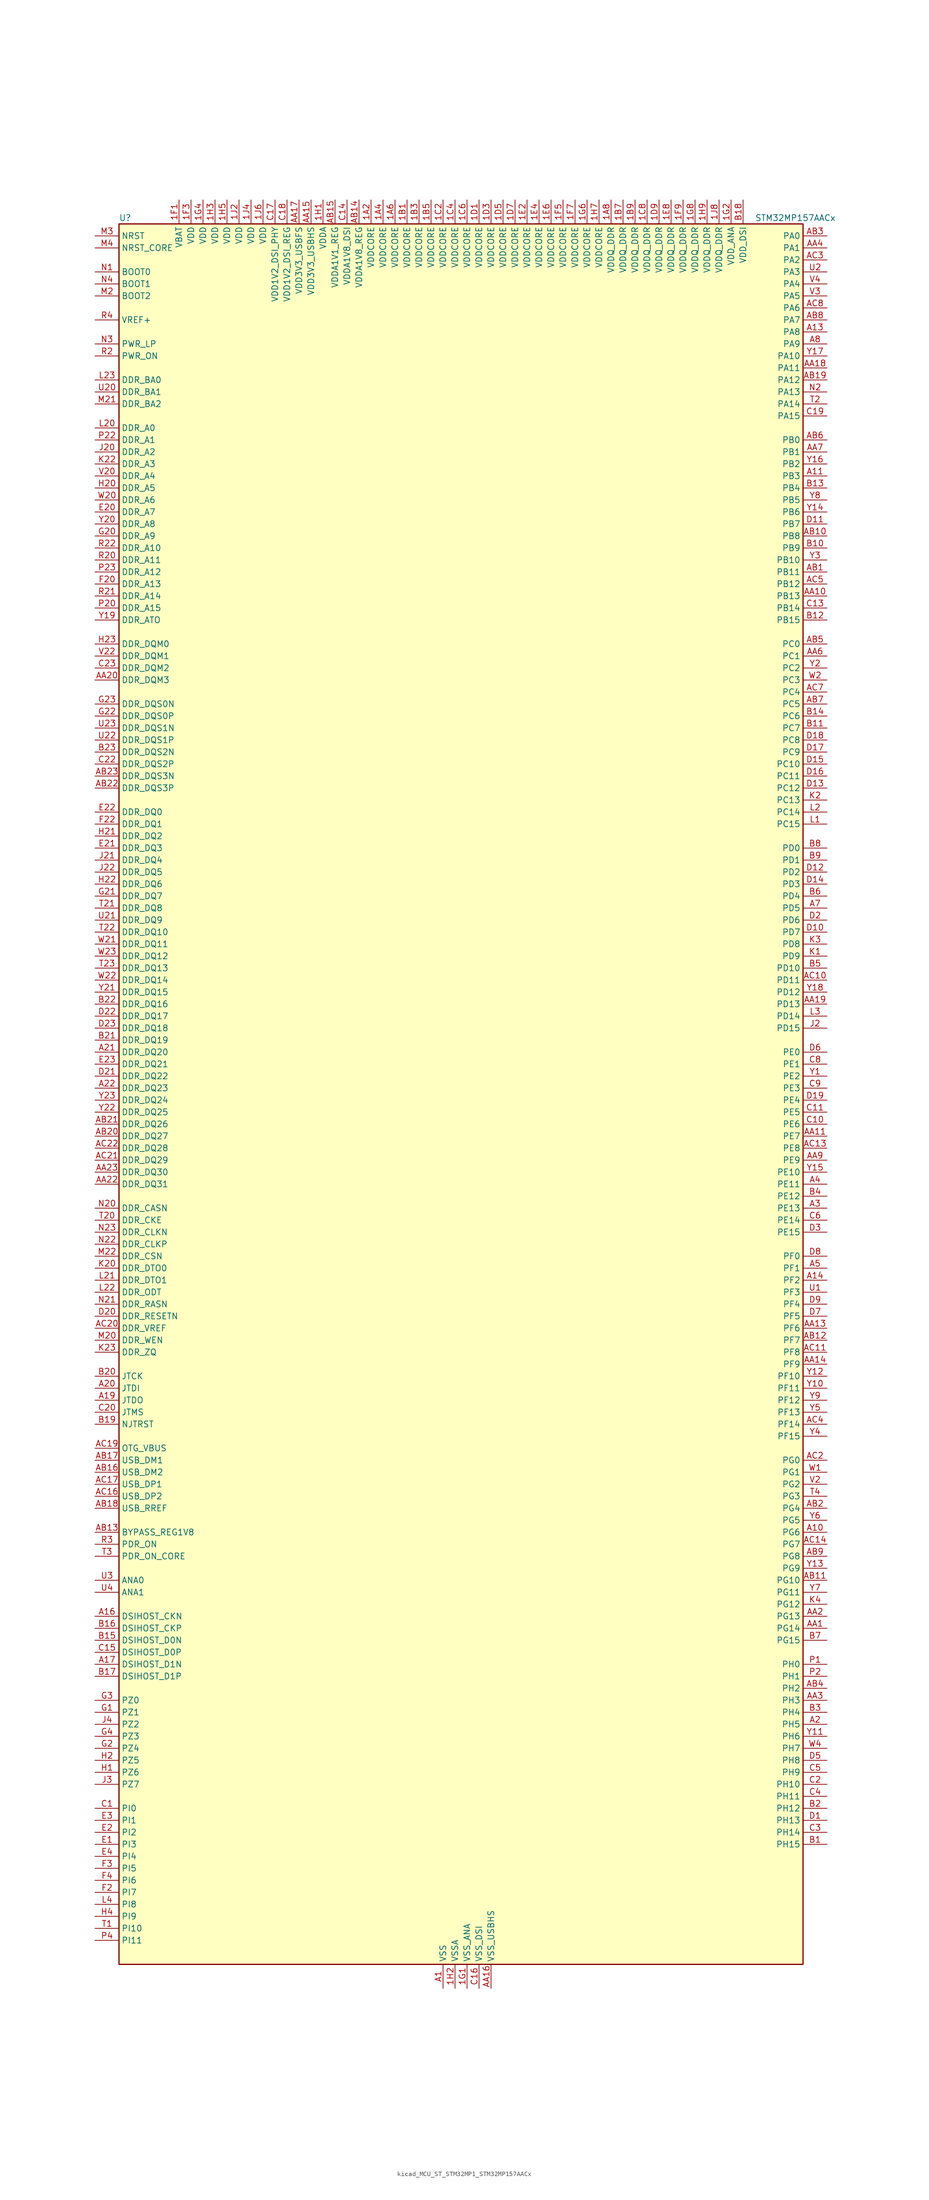
<source format=kicad_sym>
(kicad_symbol_lib
  (version 20220914)
  (generator kicad_symbol_editor)
  (symbol "kicad_MCU_ST_STM32MP1_STM32MP157AACx"
    (property "Reference" "U"
      (at -71.12 186.69 0)
      (effects (font (size 1.27 1.27)) (justify left)))
    (property "Value" "STM32MP157AACx"
      (at 63.5 186.69 0)
      (effects (font (size 1.27 1.27)) (justify left)))
    (property "ki_locked" ""
      (at 0 0 0)
      (effects (font (size 1.27 1.27))))
    (symbol "kicad_MCU_ST_STM32MP1_STM32MP157AACx_0_1"
      (rectangle (start -71.12 -182.88) (end 73.66 185.42) (stroke (width 0.254) (type default)) (fill (type background))))
    (symbol "kicad_MCU_ST_STM32MP1_STM32MP157AACx_1_1"
      (pin power_in line (at -17.78 190.5 270) (length 5.08) (name "VDDCORE" (effects (font (size 1.27 1.27)))) (number "1A2" (effects (font (size 1.27 1.27)))))
      (pin passive line (at -2.54 -187.96 90) (length 5.08) hide (name "VSS" (effects (font (size 1.27 1.27)))) (number "1A3" (effects (font (size 1.27 1.27)))))
      (pin power_in line (at -15.24 190.5 270) (length 5.08) (name "VDDCORE" (effects (font (size 1.27 1.27)))) (number "1A4" (effects (font (size 1.27 1.27)))))
      (pin passive line (at -2.54 -187.96 90) (length 5.08) hide (name "VSS" (effects (font (size 1.27 1.27)))) (number "1A5" (effects (font (size 1.27 1.27)))))
      (pin power_in line (at -12.7 190.5 270) (length 5.08) (name "VDDCORE" (effects (font (size 1.27 1.27)))) (number "1A6" (effects (font (size 1.27 1.27)))))
      (pin passive line (at -2.54 -187.96 90) (length 5.08) hide (name "VSS" (effects (font (size 1.27 1.27)))) (number "1A7" (effects (font (size 1.27 1.27)))))
      (pin power_in line (at 33.02 190.5 270) (length 5.08) (name "VDDQ_DDR" (effects (font (size 1.27 1.27)))) (number "1A8" (effects (font (size 1.27 1.27)))))
      (pin power_in line (at -10.16 190.5 270) (length 5.08) (name "VDDCORE" (effects (font (size 1.27 1.27)))) (number "1B1" (effects (font (size 1.27 1.27)))))
      (pin passive line (at -2.54 -187.96 90) (length 5.08) hide (name "VSS" (effects (font (size 1.27 1.27)))) (number "1B2" (effects (font (size 1.27 1.27)))))
      (pin power_in line (at -7.62 190.5 270) (length 5.08) (name "VDDCORE" (effects (font (size 1.27 1.27)))) (number "1B3" (effects (font (size 1.27 1.27)))))
      (pin passive line (at -2.54 -187.96 90) (length 5.08) hide (name "VSS" (effects (font (size 1.27 1.27)))) (number "1B4" (effects (font (size 1.27 1.27)))))
      (pin power_in line (at -5.08 190.5 270) (length 5.08) (name "VDDCORE" (effects (font (size 1.27 1.27)))) (number "1B5" (effects (font (size 1.27 1.27)))))
      (pin passive line (at -2.54 -187.96 90) (length 5.08) hide (name "VSS" (effects (font (size 1.27 1.27)))) (number "1B6" (effects (font (size 1.27 1.27)))))
      (pin power_in line (at 35.56 190.5 270) (length 5.08) (name "VDDQ_DDR" (effects (font (size 1.27 1.27)))) (number "1B7" (effects (font (size 1.27 1.27)))))
      (pin passive line (at -2.54 -187.96 90) (length 5.08) hide (name "VSS" (effects (font (size 1.27 1.27)))) (number "1B8" (effects (font (size 1.27 1.27)))))
      (pin power_in line (at 38.1 190.5 270) (length 5.08) (name "VDDQ_DDR" (effects (font (size 1.27 1.27)))) (number "1B9" (effects (font (size 1.27 1.27)))))
      (pin passive line (at -2.54 -187.96 90) (length 5.08) hide (name "VSS" (effects (font (size 1.27 1.27)))) (number "1C1" (effects (font (size 1.27 1.27)))))
      (pin power_in line (at -2.54 190.5 270) (length 5.08) (name "VDDCORE" (effects (font (size 1.27 1.27)))) (number "1C2" (effects (font (size 1.27 1.27)))))
      (pin passive line (at -2.54 -187.96 90) (length 5.08) hide (name "VSS" (effects (font (size 1.27 1.27)))) (number "1C3" (effects (font (size 1.27 1.27)))))
      (pin power_in line (at 0 190.5 270) (length 5.08) (name "VDDCORE" (effects (font (size 1.27 1.27)))) (number "1C4" (effects (font (size 1.27 1.27)))))
      (pin passive line (at -2.54 -187.96 90) (length 5.08) hide (name "VSS" (effects (font (size 1.27 1.27)))) (number "1C5" (effects (font (size 1.27 1.27)))))
      (pin power_in line (at 2.54 190.5 270) (length 5.08) (name "VDDCORE" (effects (font (size 1.27 1.27)))) (number "1C6" (effects (font (size 1.27 1.27)))))
      (pin passive line (at -2.54 -187.96 90) (length 5.08) hide (name "VSS" (effects (font (size 1.27 1.27)))) (number "1C7" (effects (font (size 1.27 1.27)))))
      (pin power_in line (at 40.64 190.5 270) (length 5.08) (name "VDDQ_DDR" (effects (font (size 1.27 1.27)))) (number "1C8" (effects (font (size 1.27 1.27)))))
      (pin passive line (at -2.54 -187.96 90) (length 5.08) hide (name "VSS" (effects (font (size 1.27 1.27)))) (number "1C9" (effects (font (size 1.27 1.27)))))
      (pin power_in line (at 5.08 190.5 270) (length 5.08) (name "VDDCORE" (effects (font (size 1.27 1.27)))) (number "1D1" (effects (font (size 1.27 1.27)))))
      (pin passive line (at -2.54 -187.96 90) (length 5.08) hide (name "VSS" (effects (font (size 1.27 1.27)))) (number "1D2" (effects (font (size 1.27 1.27)))))
      (pin power_in line (at 7.62 190.5 270) (length 5.08) (name "VDDCORE" (effects (font (size 1.27 1.27)))) (number "1D3" (effects (font (size 1.27 1.27)))))
      (pin passive line (at -2.54 -187.96 90) (length 5.08) hide (name "VSS" (effects (font (size 1.27 1.27)))) (number "1D4" (effects (font (size 1.27 1.27)))))
      (pin power_in line (at 10.16 190.5 270) (length 5.08) (name "VDDCORE" (effects (font (size 1.27 1.27)))) (number "1D5" (effects (font (size 1.27 1.27)))))
      (pin passive line (at -2.54 -187.96 90) (length 5.08) hide (name "VSS" (effects (font (size 1.27 1.27)))) (number "1D6" (effects (font (size 1.27 1.27)))))
      (pin power_in line (at 12.7 190.5 270) (length 5.08) (name "VDDCORE" (effects (font (size 1.27 1.27)))) (number "1D7" (effects (font (size 1.27 1.27)))))
      (pin passive line (at -2.54 -187.96 90) (length 5.08) hide (name "VSS" (effects (font (size 1.27 1.27)))) (number "1D8" (effects (font (size 1.27 1.27)))))
      (pin power_in line (at 43.18 190.5 270) (length 5.08) (name "VDDQ_DDR" (effects (font (size 1.27 1.27)))) (number "1D9" (effects (font (size 1.27 1.27)))))
      (pin passive line (at -2.54 -187.96 90) (length 5.08) hide (name "VSS" (effects (font (size 1.27 1.27)))) (number "1E1" (effects (font (size 1.27 1.27)))))
      (pin power_in line (at 15.24 190.5 270) (length 5.08) (name "VDDCORE" (effects (font (size 1.27 1.27)))) (number "1E2" (effects (font (size 1.27 1.27)))))
      (pin passive line (at -2.54 -187.96 90) (length 5.08) hide (name "VSS" (effects (font (size 1.27 1.27)))) (number "1E3" (effects (font (size 1.27 1.27)))))
      (pin power_in line (at 17.78 190.5 270) (length 5.08) (name "VDDCORE" (effects (font (size 1.27 1.27)))) (number "1E4" (effects (font (size 1.27 1.27)))))
      (pin passive line (at -2.54 -187.96 90) (length 5.08) hide (name "VSS" (effects (font (size 1.27 1.27)))) (number "1E5" (effects (font (size 1.27 1.27)))))
      (pin power_in line (at 20.32 190.5 270) (length 5.08) (name "VDDCORE" (effects (font (size 1.27 1.27)))) (number "1E6" (effects (font (size 1.27 1.27)))))
      (pin passive line (at -2.54 -187.96 90) (length 5.08) hide (name "VSS" (effects (font (size 1.27 1.27)))) (number "1E7" (effects (font (size 1.27 1.27)))))
      (pin power_in line (at 45.72 190.5 270) (length 5.08) (name "VDDQ_DDR" (effects (font (size 1.27 1.27)))) (number "1E8" (effects (font (size 1.27 1.27)))))
      (pin passive line (at -2.54 -187.96 90) (length 5.08) hide (name "VSS" (effects (font (size 1.27 1.27)))) (number "1E9" (effects (font (size 1.27 1.27)))))
      (pin power_in line (at -58.42 190.5 270) (length 5.08) (name "VBAT" (effects (font (size 1.27 1.27)))) (number "1F1" (effects (font (size 1.27 1.27)))))
      (pin passive line (at -2.54 -187.96 90) (length 5.08) hide (name "VSS" (effects (font (size 1.27 1.27)))) (number "1F2" (effects (font (size 1.27 1.27)))))
      (pin power_in line (at -55.88 190.5 270) (length 5.08) (name "VDD" (effects (font (size 1.27 1.27)))) (number "1F3" (effects (font (size 1.27 1.27)))))
      (pin passive line (at -2.54 -187.96 90) (length 5.08) hide (name "VSS" (effects (font (size 1.27 1.27)))) (number "1F4" (effects (font (size 1.27 1.27)))))
      (pin power_in line (at 22.86 190.5 270) (length 5.08) (name "VDDCORE" (effects (font (size 1.27 1.27)))) (number "1F5" (effects (font (size 1.27 1.27)))))
      (pin passive line (at -2.54 -187.96 90) (length 5.08) hide (name "VSS" (effects (font (size 1.27 1.27)))) (number "1F6" (effects (font (size 1.27 1.27)))))
      (pin power_in line (at 25.4 190.5 270) (length 5.08) (name "VDDCORE" (effects (font (size 1.27 1.27)))) (number "1F7" (effects (font (size 1.27 1.27)))))
      (pin passive line (at -2.54 -187.96 90) (length 5.08) hide (name "VSS" (effects (font (size 1.27 1.27)))) (number "1F8" (effects (font (size 1.27 1.27)))))
      (pin power_in line (at 48.26 190.5 270) (length 5.08) (name "VDDQ_DDR" (effects (font (size 1.27 1.27)))) (number "1F9" (effects (font (size 1.27 1.27)))))
      (pin power_in line (at 2.54 -187.96 90) (length 5.08) (name "VSS_ANA" (effects (font (size 1.27 1.27)))) (number "1G1" (effects (font (size 1.27 1.27)))))
      (pin power_in line (at 58.42 190.5 270) (length 5.08) (name "VDD_ANA" (effects (font (size 1.27 1.27)))) (number "1G2" (effects (font (size 1.27 1.27)))))
      (pin passive line (at -2.54 -187.96 90) (length 5.08) hide (name "VSS" (effects (font (size 1.27 1.27)))) (number "1G3" (effects (font (size 1.27 1.27)))))
      (pin power_in line (at -53.34 190.5 270) (length 5.08) (name "VDD" (effects (font (size 1.27 1.27)))) (number "1G4" (effects (font (size 1.27 1.27)))))
      (pin passive line (at -2.54 -187.96 90) (length 5.08) hide (name "VSS" (effects (font (size 1.27 1.27)))) (number "1G5" (effects (font (size 1.27 1.27)))))
      (pin power_in line (at 27.94 190.5 270) (length 5.08) (name "VDDCORE" (effects (font (size 1.27 1.27)))) (number "1G6" (effects (font (size 1.27 1.27)))))
      (pin passive line (at -2.54 -187.96 90) (length 5.08) hide (name "VSS" (effects (font (size 1.27 1.27)))) (number "1G7" (effects (font (size 1.27 1.27)))))
      (pin power_in line (at 50.8 190.5 270) (length 5.08) (name "VDDQ_DDR" (effects (font (size 1.27 1.27)))) (number "1G8" (effects (font (size 1.27 1.27)))))
      (pin passive line (at -2.54 -187.96 90) (length 5.08) hide (name "VSS" (effects (font (size 1.27 1.27)))) (number "1G9" (effects (font (size 1.27 1.27)))))
      (pin power_in line (at -27.94 190.5 270) (length 5.08) (name "VDDA" (effects (font (size 1.27 1.27)))) (number "1H1" (effects (font (size 1.27 1.27)))))
      (pin power_in line (at 0 -187.96 90) (length 5.08) (name "VSSA" (effects (font (size 1.27 1.27)))) (number "1H2" (effects (font (size 1.27 1.27)))))
      (pin power_in line (at -50.8 190.5 270) (length 5.08) (name "VDD" (effects (font (size 1.27 1.27)))) (number "1H3" (effects (font (size 1.27 1.27)))))
      (pin passive line (at -2.54 -187.96 90) (length 5.08) hide (name "VSS" (effects (font (size 1.27 1.27)))) (number "1H4" (effects (font (size 1.27 1.27)))))
      (pin power_in line (at -48.26 190.5 270) (length 5.08) (name "VDD" (effects (font (size 1.27 1.27)))) (number "1H5" (effects (font (size 1.27 1.27)))))
      (pin passive line (at -2.54 -187.96 90) (length 5.08) hide (name "VSS" (effects (font (size 1.27 1.27)))) (number "1H6" (effects (font (size 1.27 1.27)))))
      (pin power_in line (at 30.48 190.5 270) (length 5.08) (name "VDDCORE" (effects (font (size 1.27 1.27)))) (number "1H7" (effects (font (size 1.27 1.27)))))
      (pin passive line (at -2.54 -187.96 90) (length 5.08) hide (name "VSS" (effects (font (size 1.27 1.27)))) (number "1H8" (effects (font (size 1.27 1.27)))))
      (pin power_in line (at 53.34 190.5 270) (length 5.08) (name "VDDQ_DDR" (effects (font (size 1.27 1.27)))) (number "1H9" (effects (font (size 1.27 1.27)))))
      (pin power_in line (at -45.72 190.5 270) (length 5.08) (name "VDD" (effects (font (size 1.27 1.27)))) (number "1J2" (effects (font (size 1.27 1.27)))))
      (pin passive line (at -2.54 -187.96 90) (length 5.08) hide (name "VSS" (effects (font (size 1.27 1.27)))) (number "1J3" (effects (font (size 1.27 1.27)))))
      (pin power_in line (at -43.18 190.5 270) (length 5.08) (name "VDD" (effects (font (size 1.27 1.27)))) (number "1J4" (effects (font (size 1.27 1.27)))))
      (pin passive line (at -2.54 -187.96 90) (length 5.08) hide (name "VSS" (effects (font (size 1.27 1.27)))) (number "1J5" (effects (font (size 1.27 1.27)))))
      (pin power_in line (at -40.64 190.5 270) (length 5.08) (name "VDD" (effects (font (size 1.27 1.27)))) (number "1J6" (effects (font (size 1.27 1.27)))))
      (pin passive line (at -2.54 -187.96 90) (length 5.08) hide (name "VSS" (effects (font (size 1.27 1.27)))) (number "1J7" (effects (font (size 1.27 1.27)))))
      (pin power_in line (at 55.88 190.5 270) (length 5.08) (name "VDDQ_DDR" (effects (font (size 1.27 1.27)))) (number "1J8" (effects (font (size 1.27 1.27)))))
      (pin power_in line (at -2.54 -187.96 90) (length 5.08) (name "VSS" (effects (font (size 1.27 1.27)))) (number "A1" (effects (font (size 1.27 1.27)))))
      (pin bidirectional line (at 78.74 -91.44 180) (length 5.08) (name "PG6" (effects (font (size 1.27 1.27)))) (number "A10" (effects (font (size 1.27 1.27)))) (alternate "DCMI_D12" bidirectional line) (alternate "DEBUG_TRACED14" bidirectional line) (alternate "LTDC_R7" bidirectional line) (alternate "SDMMC2_CMD" bidirectional line) (alternate "TIM17_BKIN" bidirectional line))
      (pin bidirectional line (at 78.74 132.08 180) (length 5.08) (name "PB3" (effects (font (size 1.27 1.27)))) (number "A11" (effects (font (size 1.27 1.27)))) (alternate "DEBUG_TRACED9" bidirectional line) (alternate "I2S1_CK" bidirectional line) (alternate "I2S3_CK" bidirectional line) (alternate "SAI4_CK1" bidirectional line) (alternate "SAI4_MCLK_A" bidirectional line) (alternate "SDMMC2_D2" bidirectional line) (alternate "SPI1_SCK" bidirectional line) (alternate "SPI3_SCK" bidirectional line) (alternate "SPI6_SCK" bidirectional line) (alternate "TIM2_CH2" bidirectional line) (alternate "UART7_RX" bidirectional line))
      (pin bidirectional line (at 78.74 162.56 180) (length 5.08) (name "PA8" (effects (font (size 1.27 1.27)))) (number "A13" (effects (font (size 1.27 1.27)))) (alternate "I2C3_SCL" bidirectional line) (alternate "I2S3_SDO" bidirectional line) (alternate "LTDC_R6" bidirectional line) (alternate "RCC_MCO_1" bidirectional line) (alternate "SAI4_SD_B" bidirectional line) (alternate "SDMMC2_CKIN" bidirectional line) (alternate "SDMMC2_D4" bidirectional line) (alternate "SPI3_MOSI" bidirectional line) (alternate "TIM1_CH1" bidirectional line) (alternate "TIM8_BKIN2" bidirectional line) (alternate "UART7_RX" bidirectional line) (alternate "USART1_CK" bidirectional line) (alternate "USB_OTG_HS_SOF" bidirectional line))
      (pin bidirectional line (at 78.74 -38.1 180) (length 5.08) (name "PF2" (effects (font (size 1.27 1.27)))) (number "A14" (effects (font (size 1.27 1.27)))) (alternate "FMC_A2" bidirectional line) (alternate "I2C2_SMBA" bidirectional line) (alternate "SDMMC1_D0DIR" bidirectional line) (alternate "SDMMC2_D0DIR" bidirectional line) (alternate "SDMMC3_D0DIR" bidirectional line))
      (pin bidirectional line (at -76.2 -109.22 0) (length 5.08) (name "DSIHOST_CKN" (effects (font (size 1.27 1.27)))) (number "A16" (effects (font (size 1.27 1.27)))) (alternate "DSIHOST_CKN" bidirectional line))
      (pin bidirectional line (at -76.2 -119.38 0) (length 5.08) (name "DSIHOST_D1N" (effects (font (size 1.27 1.27)))) (number "A17" (effects (font (size 1.27 1.27)))) (alternate "DSIHOST_D1N" bidirectional line))
      (pin bidirectional line (at -76.2 -63.5 0) (length 5.08) (name "JTDO" (effects (font (size 1.27 1.27)))) (number "A19" (effects (font (size 1.27 1.27)))) (alternate "DEBUG_JTDO-SWO" bidirectional line))
      (pin bidirectional line (at 78.74 -132.08 180) (length 5.08) (name "PH5" (effects (font (size 1.27 1.27)))) (number "A2" (effects (font (size 1.27 1.27)))) (alternate "I2C2_SDA" bidirectional line) (alternate "SAI4_SD_B" bidirectional line) (alternate "SPI5_NSS" bidirectional line))
      (pin bidirectional line (at -76.2 -60.96 0) (length 5.08) (name "JTDI" (effects (font (size 1.27 1.27)))) (number "A20" (effects (font (size 1.27 1.27)))) (alternate "DEBUG_JTDI" bidirectional line))
      (pin bidirectional line (at -76.2 10.16 0) (length 5.08) (name "DDR_DQ20" (effects (font (size 1.27 1.27)))) (number "A21" (effects (font (size 1.27 1.27)))) (alternate "DDR_DQ20" bidirectional line))
      (pin bidirectional line (at -76.2 2.54 0) (length 5.08) (name "DDR_DQ23" (effects (font (size 1.27 1.27)))) (number "A22" (effects (font (size 1.27 1.27)))) (alternate "DDR_DQ23" bidirectional line))
      (pin passive line (at -2.54 -187.96 90) (length 5.08) hide (name "VSS" (effects (font (size 1.27 1.27)))) (number "A23" (effects (font (size 1.27 1.27)))))
      (pin bidirectional line (at 78.74 -22.86 180) (length 5.08) (name "PE13" (effects (font (size 1.27 1.27)))) (number "A3" (effects (font (size 1.27 1.27)))) (alternate "DCMI_D6" bidirectional line) (alternate "DFSDM1_CKIN5" bidirectional line) (alternate "FMC_D10" bidirectional line) (alternate "FMC_DA10" bidirectional line) (alternate "HDP_HDP2" bidirectional line) (alternate "LTDC_DE" bidirectional line) (alternate "SAI2_FS_B" bidirectional line) (alternate "SPI4_MISO" bidirectional line) (alternate "TIM1_CH3" bidirectional line))
      (pin bidirectional line (at 78.74 -17.78 180) (length 5.08) (name "PE11" (effects (font (size 1.27 1.27)))) (number "A4" (effects (font (size 1.27 1.27)))) (alternate "ADC1_EXTI11" bidirectional line) (alternate "ADC2_EXTI11" bidirectional line) (alternate "DCMI_D4" bidirectional line) (alternate "DFSDM1_CKIN4" bidirectional line) (alternate "FMC_D8" bidirectional line) (alternate "FMC_DA8" bidirectional line) (alternate "LTDC_G3" bidirectional line) (alternate "SAI2_SD_B" bidirectional line) (alternate "SPI4_NSS" bidirectional line) (alternate "TIM1_CH2" bidirectional line) (alternate "USART6_CK" bidirectional line))
      (pin bidirectional line (at 78.74 -35.56 180) (length 5.08) (name "PF1" (effects (font (size 1.27 1.27)))) (number "A5" (effects (font (size 1.27 1.27)))) (alternate "FMC_A1" bidirectional line) (alternate "I2C2_SCL" bidirectional line) (alternate "SDMMC3_CDIR" bidirectional line) (alternate "SDMMC3_CMD" bidirectional line))
      (pin bidirectional line (at 78.74 40.64 180) (length 5.08) (name "PD5" (effects (font (size 1.27 1.27)))) (number "A7" (effects (font (size 1.27 1.27)))) (alternate "FMC_NWE" bidirectional line) (alternate "SDMMC3_D2" bidirectional line) (alternate "USART2_TX" bidirectional line))
      (pin bidirectional line (at 78.74 160.02 180) (length 5.08) (name "PA9" (effects (font (size 1.27 1.27)))) (number "A8" (effects (font (size 1.27 1.27)))) (alternate "DAC1_EXTI9" bidirectional line) (alternate "DCMI_D0" bidirectional line) (alternate "I2C3_SMBA" bidirectional line) (alternate "I2S2_CK" bidirectional line) (alternate "LTDC_R5" bidirectional line) (alternate "SDMMC2_CDIR" bidirectional line) (alternate "SDMMC2_D5" bidirectional line) (alternate "SPI2_SCK" bidirectional line) (alternate "TIM1_CH2" bidirectional line) (alternate "USART1_TX" bidirectional line))
      (pin bidirectional line (at 78.74 -111.76 180) (length 5.08) (name "PG14" (effects (font (size 1.27 1.27)))) (number "AA1" (effects (font (size 1.27 1.27)))) (alternate "DEBUG_TRACED1" bidirectional line) (alternate "ETH1_TXD1" bidirectional line) (alternate "FMC_A25" bidirectional line) (alternate "LPTIM1_ETR" bidirectional line) (alternate "LTDC_B0" bidirectional line) (alternate "QUADSPI_BK2_IO3" bidirectional line) (alternate "SAI4_D1" bidirectional line) (alternate "SAI4_SD_A" bidirectional line) (alternate "SPI6_MOSI" bidirectional line) (alternate "USART6_TX" bidirectional line))
      (pin bidirectional line (at 78.74 106.68 180) (length 5.08) (name "PB13" (effects (font (size 1.27 1.27)))) (number "AA10" (effects (font (size 1.27 1.27)))) (alternate "DFSDM1_CKIN1" bidirectional line) (alternate "DFSDM1_CKOUT" bidirectional line) (alternate "ETH1_TXD1" bidirectional line) (alternate "FDCAN2_TX" bidirectional line) (alternate "I2S2_CK" bidirectional line) (alternate "LPTIM2_OUT" bidirectional line) (alternate "SPI2_SCK" bidirectional line) (alternate "TIM1_CH1N" bidirectional line) (alternate "UART5_TX" bidirectional line) (alternate "USART3_CTS" bidirectional line) (alternate "USART3_NSS" bidirectional line))
      (pin bidirectional line (at 78.74 -7.62 180) (length 5.08) (name "PE7" (effects (font (size 1.27 1.27)))) (number "AA11" (effects (font (size 1.27 1.27)))) (alternate "DFSDM1_DATIN2" bidirectional line) (alternate "FMC_D4" bidirectional line) (alternate "FMC_DA4" bidirectional line) (alternate "QUADSPI_BK2_IO0" bidirectional line) (alternate "TIM1_ETR" bidirectional line) (alternate "TIM3_ETR" bidirectional line) (alternate "UART7_RX" bidirectional line))
      (pin passive line (at -2.54 -187.96 90) (length 5.08) hide (name "VSS" (effects (font (size 1.27 1.27)))) (number "AA12" (effects (font (size 1.27 1.27)))))
      (pin bidirectional line (at 78.74 -48.26 180) (length 5.08) (name "PF6" (effects (font (size 1.27 1.27)))) (number "AA13" (effects (font (size 1.27 1.27)))) (alternate "QUADSPI_BK1_IO3" bidirectional line) (alternate "SAI1_SD_B" bidirectional line) (alternate "SAI4_SCK_B" bidirectional line) (alternate "SPI5_NSS" bidirectional line) (alternate "TIM16_CH1" bidirectional line) (alternate "UART7_RX" bidirectional line))
      (pin bidirectional line (at 78.74 -55.88 180) (length 5.08) (name "PF9" (effects (font (size 1.27 1.27)))) (number "AA14" (effects (font (size 1.27 1.27)))) (alternate "DAC1_EXTI9" bidirectional line) (alternate "DEBUG_TRACED13" bidirectional line) (alternate "QUADSPI_BK1_IO1" bidirectional line) (alternate "SAI1_FS_B" bidirectional line) (alternate "SPI5_MOSI" bidirectional line) (alternate "TIM14_CH1" bidirectional line) (alternate "TIM17_CH1N" bidirectional line) (alternate "UART7_CTS" bidirectional line))
      (pin power_in line (at -30.48 190.5 270) (length 5.08) (name "VDD3V3_USBHS" (effects (font (size 1.27 1.27)))) (number "AA15" (effects (font (size 1.27 1.27)))))
      (pin power_in line (at 7.62 -187.96 90) (length 5.08) (name "VSS_USBHS" (effects (font (size 1.27 1.27)))) (number "AA16" (effects (font (size 1.27 1.27)))))
      (pin power_in line (at -33.02 190.5 270) (length 5.08) (name "VDD3V3_USBFS" (effects (font (size 1.27 1.27)))) (number "AA17" (effects (font (size 1.27 1.27)))))
      (pin bidirectional line (at 78.74 154.94 180) (length 5.08) (name "PA11" (effects (font (size 1.27 1.27)))) (number "AA18" (effects (font (size 1.27 1.27)))) (alternate "ADC1_EXTI11" bidirectional line) (alternate "ADC2_EXTI11" bidirectional line) (alternate "FDCAN1_RX" bidirectional line) (alternate "I2C5_SCL" bidirectional line) (alternate "I2C6_SCL" bidirectional line) (alternate "I2S2_WS" bidirectional line) (alternate "LTDC_R4" bidirectional line) (alternate "SPI2_NSS" bidirectional line) (alternate "TIM1_CH4" bidirectional line) (alternate "UART4_RX" bidirectional line) (alternate "USART1_CTS" bidirectional line) (alternate "USART1_NSS" bidirectional line))
      (pin bidirectional line (at 78.74 20.32 180) (length 5.08) (name "PD13" (effects (font (size 1.27 1.27)))) (number "AA19" (effects (font (size 1.27 1.27)))) (alternate "DSIHOST_TE" bidirectional line) (alternate "FMC_A18" bidirectional line) (alternate "I2C1_SDA" bidirectional line) (alternate "I2C4_SDA" bidirectional line) (alternate "I2S3_MCK" bidirectional line) (alternate "LPTIM1_OUT" bidirectional line) (alternate "QUADSPI_BK1_IO3" bidirectional line) (alternate "SAI2_SCK_A" bidirectional line) (alternate "TIM4_CH2" bidirectional line))
      (pin bidirectional line (at 78.74 -109.22 180) (length 5.08) (name "PG13" (effects (font (size 1.27 1.27)))) (number "AA2" (effects (font (size 1.27 1.27)))) (alternate "DEBUG_TRACED0" bidirectional line) (alternate "ETH1_TXD0" bidirectional line) (alternate "FMC_A24" bidirectional line) (alternate "LPTIM1_OUT" bidirectional line) (alternate "LTDC_R0" bidirectional line) (alternate "SAI1_CK2" bidirectional line) (alternate "SAI1_SCK_A" bidirectional line) (alternate "SAI4_CK1" bidirectional line) (alternate "SAI4_MCLK_A" bidirectional line) (alternate "SPI6_SCK" bidirectional line) (alternate "USART6_CTS" bidirectional line) (alternate "USART6_NSS" bidirectional line))
      (pin bidirectional line (at -76.2 88.9 0) (length 5.08) (name "DDR_DQM3" (effects (font (size 1.27 1.27)))) (number "AA20" (effects (font (size 1.27 1.27)))) (alternate "DDR_DQM3" bidirectional line))
      (pin passive line (at -2.54 -187.96 90) (length 5.08) hide (name "VSS" (effects (font (size 1.27 1.27)))) (number "AA21" (effects (font (size 1.27 1.27)))))
      (pin bidirectional line (at -76.2 -17.78 0) (length 5.08) (name "DDR_DQ31" (effects (font (size 1.27 1.27)))) (number "AA22" (effects (font (size 1.27 1.27)))) (alternate "DDR_DQ31" bidirectional line))
      (pin bidirectional line (at -76.2 -15.24 0) (length 5.08) (name "DDR_DQ30" (effects (font (size 1.27 1.27)))) (number "AA23" (effects (font (size 1.27 1.27)))) (alternate "DDR_DQ30" bidirectional line))
      (pin bidirectional line (at 78.74 -127 180) (length 5.08) (name "PH3" (effects (font (size 1.27 1.27)))) (number "AA3" (effects (font (size 1.27 1.27)))) (alternate "DFSDM1_CKIN4" bidirectional line) (alternate "ETH1_COL" bidirectional line) (alternate "LTDC_R1" bidirectional line) (alternate "QUADSPI_BK2_IO1" bidirectional line) (alternate "SAI2_MCLK_B" bidirectional line))
      (pin bidirectional line (at 78.74 180.34 180) (length 5.08) (name "PA1" (effects (font (size 1.27 1.27)))) (number "AA4" (effects (font (size 1.27 1.27)))) (alternate "ADC1_INN16" bidirectional line) (alternate "ADC1_INP17" bidirectional line) (alternate "ETH1_CLK" bidirectional line) (alternate "ETH1_REF_CLK" bidirectional line) (alternate "ETH1_RX_CLK" bidirectional line) (alternate "LPTIM3_OUT" bidirectional line) (alternate "LTDC_R2" bidirectional line) (alternate "QUADSPI_BK1_IO3" bidirectional line) (alternate "SAI2_MCLK_B" bidirectional line) (alternate "TIM15_CH1N" bidirectional line) (alternate "TIM2_CH2" bidirectional line) (alternate "TIM5_CH2" bidirectional line) (alternate "UART4_RX" bidirectional line) (alternate "USART2_DE" bidirectional line) (alternate "USART2_RTS" bidirectional line))
      (pin passive line (at -2.54 -187.96 90) (length 5.08) hide (name "VSS" (effects (font (size 1.27 1.27)))) (number "AA5" (effects (font (size 1.27 1.27)))))
      (pin bidirectional line (at 78.74 93.98 180) (length 5.08) (name "PC1" (effects (font (size 1.27 1.27)))) (number "AA6" (effects (font (size 1.27 1.27)))) (alternate "ADC1_INN10" bidirectional line) (alternate "ADC1_INP11" bidirectional line) (alternate "ADC2_INN10" bidirectional line) (alternate "ADC2_INP11" bidirectional line) (alternate "DEBUG_TRACED0" bidirectional line) (alternate "DFSDM1_CKIN4" bidirectional line) (alternate "DFSDM1_DATIN0" bidirectional line) (alternate "ETH1_MDC" bidirectional line) (alternate "I2S2_SDO" bidirectional line) (alternate "PWR_WKUP6" bidirectional line) (alternate "SAI1_D1" bidirectional line) (alternate "SAI1_SD_A" bidirectional line) (alternate "SDMMC2_CK" bidirectional line) (alternate "SPI2_MOSI" bidirectional line) (alternate "TAMP_IN3" bidirectional line))
      (pin bidirectional line (at 78.74 137.16 180) (length 5.08) (name "PB1" (effects (font (size 1.27 1.27)))) (number "AA7" (effects (font (size 1.27 1.27)))) (alternate "ADC1_INP5" bidirectional line) (alternate "ADC2_INP5" bidirectional line) (alternate "DFSDM1_DATIN1" bidirectional line) (alternate "ETH1_RXD3" bidirectional line) (alternate "LTDC_G0" bidirectional line) (alternate "LTDC_R6" bidirectional line) (alternate "TIM1_CH3N" bidirectional line) (alternate "TIM3_CH4" bidirectional line) (alternate "TIM8_CH3N" bidirectional line))
      (pin passive line (at -2.54 -187.96 90) (length 5.08) hide (name "VSS" (effects (font (size 1.27 1.27)))) (number "AA8" (effects (font (size 1.27 1.27)))))
      (pin bidirectional line (at 78.74 -12.7 180) (length 5.08) (name "PE9" (effects (font (size 1.27 1.27)))) (number "AA9" (effects (font (size 1.27 1.27)))) (alternate "DAC1_EXTI9" bidirectional line) (alternate "DFSDM1_CKOUT" bidirectional line) (alternate "FMC_D6" bidirectional line) (alternate "FMC_DA6" bidirectional line) (alternate "QUADSPI_BK2_IO2" bidirectional line) (alternate "TIM1_CH1" bidirectional line) (alternate "UART7_DE" bidirectional line) (alternate "UART7_RTS" bidirectional line))
      (pin bidirectional line (at 78.74 111.76 180) (length 5.08) (name "PB11" (effects (font (size 1.27 1.27)))) (number "AB1" (effects (font (size 1.27 1.27)))) (alternate "ADC1_EXTI11" bidirectional line) (alternate "ADC2_EXTI11" bidirectional line) (alternate "DFSDM1_CKIN7" bidirectional line) (alternate "DSIHOST_TE" bidirectional line) (alternate "ETH1_TX_CTL" bidirectional line) (alternate "ETH1_TX_EN" bidirectional line) (alternate "I2C2_SDA" bidirectional line) (alternate "LPTIM2_ETR" bidirectional line) (alternate "LTDC_G5" bidirectional line) (alternate "TIM2_CH4" bidirectional line) (alternate "USART3_RX" bidirectional line))
      (pin bidirectional line (at 78.74 119.38 180) (length 5.08) (name "PB8" (effects (font (size 1.27 1.27)))) (number "AB10" (effects (font (size 1.27 1.27)))) (alternate "DCMI_D6" bidirectional line) (alternate "DFSDM1_CKIN7" bidirectional line) (alternate "ETH1_TXD3" bidirectional line) (alternate "FDCAN1_RX" bidirectional line) (alternate "HDP_HDP6" bidirectional line) (alternate "I2C1_SCL" bidirectional line) (alternate "I2C4_SCL" bidirectional line) (alternate "LTDC_B6" bidirectional line) (alternate "SDMMC1_CKIN" bidirectional line) (alternate "SDMMC1_D4" bidirectional line) (alternate "SDMMC2_CKIN" bidirectional line) (alternate "SDMMC2_D4" bidirectional line) (alternate "TIM16_CH1" bidirectional line) (alternate "TIM4_CH3" bidirectional line) (alternate "UART4_RX" bidirectional line))
      (pin bidirectional line (at 78.74 -101.6 180) (length 5.08) (name "PG10" (effects (font (size 1.27 1.27)))) (number "AB11" (effects (font (size 1.27 1.27)))) (alternate "DCMI_D2" bidirectional line) (alternate "DEBUG_TRACED10" bidirectional line) (alternate "FMC_NE3" bidirectional line) (alternate "LTDC_B2" bidirectional line) (alternate "LTDC_G3" bidirectional line) (alternate "QUADSPI_BK2_IO2" bidirectional line) (alternate "SAI2_SD_B" bidirectional line) (alternate "UART8_CTS" bidirectional line))
      (pin bidirectional line (at 78.74 -50.8 180) (length 5.08) (name "PF7" (effects (font (size 1.27 1.27)))) (number "AB12" (effects (font (size 1.27 1.27)))) (alternate "QUADSPI_BK1_IO2" bidirectional line) (alternate "SAI1_MCLK_B" bidirectional line) (alternate "SPI5_SCK" bidirectional line) (alternate "TIM17_CH1" bidirectional line) (alternate "UART7_TX" bidirectional line))
      (pin bidirectional line (at -76.2 -91.44 0) (length 5.08) (name "BYPASS_REG1V8" (effects (font (size 1.27 1.27)))) (number "AB13" (effects (font (size 1.27 1.27)))))
      (pin power_in line (at -20.32 190.5 270) (length 5.08) (name "VDDA1V8_REG" (effects (font (size 1.27 1.27)))) (number "AB14" (effects (font (size 1.27 1.27)))))
      (pin power_in line (at -25.4 190.5 270) (length 5.08) (name "VDDA1V1_REG" (effects (font (size 1.27 1.27)))) (number "AB15" (effects (font (size 1.27 1.27)))))
      (pin bidirectional line (at -76.2 -78.74 0) (length 5.08) (name "USB_DM2" (effects (font (size 1.27 1.27)))) (number "AB16" (effects (font (size 1.27 1.27)))) (alternate "USBH_HS2_DM" bidirectional line) (alternate "USB_OTG_HS_DM" bidirectional line))
      (pin bidirectional line (at -76.2 -76.2 0) (length 5.08) (name "USB_DM1" (effects (font (size 1.27 1.27)))) (number "AB17" (effects (font (size 1.27 1.27)))) (alternate "USBH_HS1_DM" bidirectional line))
      (pin bidirectional line (at -76.2 -86.36 0) (length 5.08) (name "USB_RREF" (effects (font (size 1.27 1.27)))) (number "AB18" (effects (font (size 1.27 1.27)))))
      (pin bidirectional line (at 78.74 152.4 180) (length 5.08) (name "PA12" (effects (font (size 1.27 1.27)))) (number "AB19" (effects (font (size 1.27 1.27)))) (alternate "FDCAN1_TX" bidirectional line) (alternate "I2C5_SDA" bidirectional line) (alternate "I2C6_SDA" bidirectional line) (alternate "LTDC_R5" bidirectional line) (alternate "SAI2_FS_B" bidirectional line) (alternate "TIM1_ETR" bidirectional line) (alternate "UART4_TX" bidirectional line) (alternate "USART1_DE" bidirectional line) (alternate "USART1_RTS" bidirectional line))
      (pin bidirectional line (at 78.74 -86.36 180) (length 5.08) (name "PG4" (effects (font (size 1.27 1.27)))) (number "AB2" (effects (font (size 1.27 1.27)))) (alternate "ETH1_GTX_CLK" bidirectional line) (alternate "FMC_A14" bidirectional line) (alternate "TIM1_BKIN2" bidirectional line))
      (pin bidirectional line (at -76.2 -7.62 0) (length 5.08) (name "DDR_DQ27" (effects (font (size 1.27 1.27)))) (number "AB20" (effects (font (size 1.27 1.27)))) (alternate "DDR_DQ27" bidirectional line))
      (pin bidirectional line (at -76.2 -5.08 0) (length 5.08) (name "DDR_DQ26" (effects (font (size 1.27 1.27)))) (number "AB21" (effects (font (size 1.27 1.27)))) (alternate "DDR_DQ26" bidirectional line))
      (pin bidirectional line (at -76.2 66.04 0) (length 5.08) (name "DDR_DQS3P" (effects (font (size 1.27 1.27)))) (number "AB22" (effects (font (size 1.27 1.27)))) (alternate "DDR_DQS3P" bidirectional line))
      (pin bidirectional line (at -76.2 68.58 0) (length 5.08) (name "DDR_DQS3N" (effects (font (size 1.27 1.27)))) (number "AB23" (effects (font (size 1.27 1.27)))) (alternate "DDR_DQS3N" bidirectional line))
      (pin bidirectional line (at 78.74 182.88 180) (length 5.08) (name "PA0" (effects (font (size 1.27 1.27)))) (number "AB3" (effects (font (size 1.27 1.27)))) (alternate "ADC1_INP16" bidirectional line) (alternate "ETH1_CRS" bidirectional line) (alternate "PWR_WKUP1" bidirectional line) (alternate "SAI2_SD_B" bidirectional line) (alternate "SDMMC2_CMD" bidirectional line) (alternate "TIM15_BKIN" bidirectional line) (alternate "TIM2_CH1" bidirectional line) (alternate "TIM2_ETR" bidirectional line) (alternate "TIM5_CH1" bidirectional line) (alternate "TIM8_ETR" bidirectional line) (alternate "UART4_TX" bidirectional line) (alternate "USART2_CTS" bidirectional line) (alternate "USART2_NSS" bidirectional line))
      (pin bidirectional line (at 78.74 -124.46 180) (length 5.08) (name "PH2" (effects (font (size 1.27 1.27)))) (number "AB4" (effects (font (size 1.27 1.27)))) (alternate "ETH1_CRS" bidirectional line) (alternate "LPTIM1_IN2" bidirectional line) (alternate "LTDC_R0" bidirectional line) (alternate "QUADSPI_BK2_IO0" bidirectional line) (alternate "SAI2_SCK_B" bidirectional line))
      (pin bidirectional line (at 78.74 96.52 180) (length 5.08) (name "PC0" (effects (font (size 1.27 1.27)))) (number "AB5" (effects (font (size 1.27 1.27)))) (alternate "ADC1_INP10" bidirectional line) (alternate "ADC2_INP10" bidirectional line) (alternate "DFSDM1_CKIN0" bidirectional line) (alternate "DFSDM1_DATIN4" bidirectional line) (alternate "LPTIM2_IN2" bidirectional line) (alternate "LTDC_R5" bidirectional line) (alternate "QUADSPI_BK2_NCS" bidirectional line) (alternate "SAI2_FS_B" bidirectional line))
      (pin bidirectional line (at 78.74 139.7 180) (length 5.08) (name "PB0" (effects (font (size 1.27 1.27)))) (number "AB6" (effects (font (size 1.27 1.27)))) (alternate "ADC1_INN5" bidirectional line) (alternate "ADC1_INP9" bidirectional line) (alternate "ADC2_INN5" bidirectional line) (alternate "ADC2_INP9" bidirectional line) (alternate "DFSDM1_CKOUT" bidirectional line) (alternate "ETH1_RXD2" bidirectional line) (alternate "LTDC_G1" bidirectional line) (alternate "LTDC_R3" bidirectional line) (alternate "TIM1_CH2N" bidirectional line) (alternate "TIM3_CH3" bidirectional line) (alternate "TIM8_CH2N" bidirectional line) (alternate "UART4_CTS" bidirectional line))
      (pin bidirectional line (at 78.74 83.82 180) (length 5.08) (name "PC5" (effects (font (size 1.27 1.27)))) (number "AB7" (effects (font (size 1.27 1.27)))) (alternate "ADC1_INN4" bidirectional line) (alternate "ADC1_INP8" bidirectional line) (alternate "ADC2_INN4" bidirectional line) (alternate "ADC2_INP8" bidirectional line) (alternate "DFSDM1_DATIN2" bidirectional line) (alternate "ETH1_RXD1" bidirectional line) (alternate "SAI1_D3" bidirectional line) (alternate "SAI1_D4" bidirectional line) (alternate "SAI4_D3" bidirectional line) (alternate "SAI4_D4" bidirectional line) (alternate "SPDIFRX_IN3" bidirectional line))
      (pin bidirectional line (at 78.74 165.1 180) (length 5.08) (name "PA7" (effects (font (size 1.27 1.27)))) (number "AB8" (effects (font (size 1.27 1.27)))) (alternate "ADC1_INN3" bidirectional line) (alternate "ADC1_INP7" bidirectional line) (alternate "ADC2_INN3" bidirectional line) (alternate "ADC2_INP7" bidirectional line) (alternate "ETH1_CRS_DV" bidirectional line) (alternate "ETH1_RX_CTL" bidirectional line) (alternate "ETH1_RX_DV" bidirectional line) (alternate "I2S1_SDO" bidirectional line) (alternate "QUADSPI_CLK" bidirectional line) (alternate "SAI4_D1" bidirectional line) (alternate "SAI4_SD_A" bidirectional line) (alternate "SPI1_MOSI" bidirectional line) (alternate "SPI6_MOSI" bidirectional line) (alternate "TIM14_CH1" bidirectional line) (alternate "TIM1_CH1N" bidirectional line) (alternate "TIM3_CH2" bidirectional line) (alternate "TIM8_CH1N" bidirectional line))
      (pin bidirectional line (at 78.74 -96.52 180) (length 5.08) (name "PG8" (effects (font (size 1.27 1.27)))) (number "AB9" (effects (font (size 1.27 1.27)))) (alternate "DEBUG_TRACED15" bidirectional line) (alternate "ETH1_CLK" bidirectional line) (alternate "ETH1_PPS_OUT" bidirectional line) (alternate "LTDC_G7" bidirectional line) (alternate "SAI4_D2" bidirectional line) (alternate "SAI4_FS_A" bidirectional line) (alternate "SPDIFRX_IN2" bidirectional line) (alternate "SPI6_NSS" bidirectional line) (alternate "TIM2_CH1" bidirectional line) (alternate "TIM2_ETR" bidirectional line) (alternate "TIM8_ETR" bidirectional line) (alternate "USART3_DE" bidirectional line) (alternate "USART3_RTS" bidirectional line) (alternate "USART6_DE" bidirectional line) (alternate "USART6_RTS" bidirectional line))
      (pin passive line (at -2.54 -187.96 90) (length 5.08) hide (name "VSS" (effects (font (size 1.27 1.27)))) (number "AC1" (effects (font (size 1.27 1.27)))))
      (pin bidirectional line (at 78.74 25.4 180) (length 5.08) (name "PD11" (effects (font (size 1.27 1.27)))) (number "AC10" (effects (font (size 1.27 1.27)))) (alternate "ADC1_EXTI11" bidirectional line) (alternate "ADC2_EXTI11" bidirectional line) (alternate "FMC_A16" bidirectional line) (alternate "FMC_CLE" bidirectional line) (alternate "I2C1_SMBA" bidirectional line) (alternate "I2C4_SMBA" bidirectional line) (alternate "LPTIM2_IN2" bidirectional line) (alternate "QUADSPI_BK1_IO0" bidirectional line) (alternate "SAI2_SD_A" bidirectional line) (alternate "USART3_CTS" bidirectional line) (alternate "USART3_NSS" bidirectional line))
      (pin bidirectional line (at 78.74 -53.34 180) (length 5.08) (name "PF8" (effects (font (size 1.27 1.27)))) (number "AC11" (effects (font (size 1.27 1.27)))) (alternate "DEBUG_TRACED12" bidirectional line) (alternate "QUADSPI_BK1_IO0" bidirectional line) (alternate "SAI1_SCK_B" bidirectional line) (alternate "SPI5_MISO" bidirectional line) (alternate "TIM13_CH1" bidirectional line) (alternate "TIM16_CH1N" bidirectional line) (alternate "UART7_DE" bidirectional line) (alternate "UART7_RTS" bidirectional line))
      (pin bidirectional line (at 78.74 -10.16 180) (length 5.08) (name "PE8" (effects (font (size 1.27 1.27)))) (number "AC13" (effects (font (size 1.27 1.27)))) (alternate "DFSDM1_CKIN2" bidirectional line) (alternate "FMC_D5" bidirectional line) (alternate "FMC_DA5" bidirectional line) (alternate "QUADSPI_BK2_IO1" bidirectional line) (alternate "TIM1_CH1N" bidirectional line) (alternate "UART7_TX" bidirectional line))
      (pin bidirectional line (at 78.74 -93.98 180) (length 5.08) (name "PG7" (effects (font (size 1.27 1.27)))) (number "AC14" (effects (font (size 1.27 1.27)))) (alternate "DCMI_D13" bidirectional line) (alternate "DEBUG_TRACED5" bidirectional line) (alternate "LTDC_CLK" bidirectional line) (alternate "QUADSPI_BK2_IO3" bidirectional line) (alternate "QUADSPI_CLK" bidirectional line) (alternate "SAI1_MCLK_A" bidirectional line) (alternate "UART8_DE" bidirectional line) (alternate "UART8_RTS" bidirectional line) (alternate "USART6_CK" bidirectional line))
      (pin bidirectional line (at -76.2 -83.82 0) (length 5.08) (name "USB_DP2" (effects (font (size 1.27 1.27)))) (number "AC16" (effects (font (size 1.27 1.27)))) (alternate "USBH_HS2_DP" bidirectional line) (alternate "USB_OTG_HS_DP" bidirectional line))
      (pin bidirectional line (at -76.2 -81.28 0) (length 5.08) (name "USB_DP1" (effects (font (size 1.27 1.27)))) (number "AC17" (effects (font (size 1.27 1.27)))) (alternate "USBH_HS1_DP" bidirectional line))
      (pin bidirectional line (at -76.2 -73.66 0) (length 5.08) (name "OTG_VBUS" (effects (font (size 1.27 1.27)))) (number "AC19" (effects (font (size 1.27 1.27)))) (alternate "USB_OTG_HS_VBUS" bidirectional line))
      (pin bidirectional line (at 78.74 -76.2 180) (length 5.08) (name "PG0" (effects (font (size 1.27 1.27)))) (number "AC2" (effects (font (size 1.27 1.27)))) (alternate "DEBUG_TRACED0" bidirectional line) (alternate "DFSDM1_DATIN0" bidirectional line) (alternate "ETH1_TXD4" bidirectional line) (alternate "FMC_A10" bidirectional line))
      (pin bidirectional line (at -76.2 -48.26 0) (length 5.08) (name "DDR_VREF" (effects (font (size 1.27 1.27)))) (number "AC20" (effects (font (size 1.27 1.27)))) (alternate "DDR_VREF" bidirectional line))
      (pin bidirectional line (at -76.2 -12.7 0) (length 5.08) (name "DDR_DQ29" (effects (font (size 1.27 1.27)))) (number "AC21" (effects (font (size 1.27 1.27)))) (alternate "DDR_DQ29" bidirectional line))
      (pin bidirectional line (at -76.2 -10.16 0) (length 5.08) (name "DDR_DQ28" (effects (font (size 1.27 1.27)))) (number "AC22" (effects (font (size 1.27 1.27)))) (alternate "DDR_DQ28" bidirectional line))
      (pin passive line (at -2.54 -187.96 90) (length 5.08) hide (name "VSS" (effects (font (size 1.27 1.27)))) (number "AC23" (effects (font (size 1.27 1.27)))))
      (pin bidirectional line (at 78.74 177.8 180) (length 5.08) (name "PA2" (effects (font (size 1.27 1.27)))) (number "AC3" (effects (font (size 1.27 1.27)))) (alternate "ADC1_INP14" bidirectional line) (alternate "ETH1_MDIO" bidirectional line) (alternate "LPTIM4_OUT" bidirectional line) (alternate "LTDC_R1" bidirectional line) (alternate "PWR_WKUP2" bidirectional line) (alternate "SAI2_SCK_B" bidirectional line) (alternate "SDMMC2_D0DIR" bidirectional line) (alternate "TIM15_CH1" bidirectional line) (alternate "TIM2_CH3" bidirectional line) (alternate "TIM5_CH3" bidirectional line) (alternate "USART2_TX" bidirectional line))
      (pin bidirectional line (at 78.74 -68.58 180) (length 5.08) (name "PF14" (effects (font (size 1.27 1.27)))) (number "AC4" (effects (font (size 1.27 1.27)))) (alternate "ADC2_INN2" bidirectional line) (alternate "ADC2_INP6" bidirectional line) (alternate "DEBUG_TRACED6" bidirectional line) (alternate "DFSDM1_CKIN6" bidirectional line) (alternate "ETH1_RXD6" bidirectional line) (alternate "FMC_A8" bidirectional line) (alternate "I2C1_SCL" bidirectional line) (alternate "I2C4_SCL" bidirectional line))
      (pin bidirectional line (at 78.74 109.22 180) (length 5.08) (name "PB12" (effects (font (size 1.27 1.27)))) (number "AC5" (effects (font (size 1.27 1.27)))) (alternate "DFSDM1_DATIN1" bidirectional line) (alternate "ETH1_TXD0" bidirectional line) (alternate "FDCAN2_RX" bidirectional line) (alternate "I2C2_SMBA" bidirectional line) (alternate "I2C6_SMBA" bidirectional line) (alternate "I2S2_WS" bidirectional line) (alternate "SPI2_NSS" bidirectional line) (alternate "TIM1_BKIN" bidirectional line) (alternate "UART5_RX" bidirectional line) (alternate "USART3_CK" bidirectional line) (alternate "USART3_RX" bidirectional line))
      (pin bidirectional line (at 78.74 86.36 180) (length 5.08) (name "PC4" (effects (font (size 1.27 1.27)))) (number "AC7" (effects (font (size 1.27 1.27)))) (alternate "ADC1_INP4" bidirectional line) (alternate "ADC2_INP4" bidirectional line) (alternate "DFSDM1_CKIN2" bidirectional line) (alternate "ETH1_RXD0" bidirectional line) (alternate "I2S1_MCK" bidirectional line) (alternate "SPDIFRX_IN2" bidirectional line))
      (pin bidirectional line (at 78.74 167.64 180) (length 5.08) (name "PA6" (effects (font (size 1.27 1.27)))) (number "AC8" (effects (font (size 1.27 1.27)))) (alternate "ADC1_INP3" bidirectional line) (alternate "ADC2_INP3" bidirectional line) (alternate "DCMI_PIXCLK" bidirectional line) (alternate "I2S1_SDI" bidirectional line) (alternate "LTDC_G2" bidirectional line) (alternate "SAI4_CK2" bidirectional line) (alternate "SAI4_SCK_A" bidirectional line) (alternate "SPI1_MISO" bidirectional line) (alternate "SPI6_MISO" bidirectional line) (alternate "TIM13_CH1" bidirectional line) (alternate "TIM1_BKIN" bidirectional line) (alternate "TIM3_CH1" bidirectional line) (alternate "TIM8_BKIN" bidirectional line))
      (pin bidirectional line (at 78.74 -157.48 180) (length 5.08) (name "PH15" (effects (font (size 1.27 1.27)))) (number "B1" (effects (font (size 1.27 1.27)))) (alternate "ADC1_EXTI15" bidirectional line) (alternate "ADC2_EXTI15" bidirectional line) (alternate "DCMI_D11" bidirectional line) (alternate "LTDC_G4" bidirectional line) (alternate "TIM8_CH3N" bidirectional line))
      (pin bidirectional line (at 78.74 116.84 180) (length 5.08) (name "PB9" (effects (font (size 1.27 1.27)))) (number "B10" (effects (font (size 1.27 1.27)))) (alternate "DAC1_EXTI9" bidirectional line) (alternate "DCMI_D7" bidirectional line) (alternate "DFSDM1_DATIN7" bidirectional line) (alternate "FDCAN1_TX" bidirectional line) (alternate "HDP_HDP7" bidirectional line) (alternate "I2C1_SDA" bidirectional line) (alternate "I2C4_SDA" bidirectional line) (alternate "I2S2_WS" bidirectional line) (alternate "LTDC_B7" bidirectional line) (alternate "SDMMC1_CDIR" bidirectional line) (alternate "SDMMC1_D5" bidirectional line) (alternate "SDMMC2_CDIR" bidirectional line) (alternate "SDMMC2_D5" bidirectional line) (alternate "SPI2_NSS" bidirectional line) (alternate "TIM17_CH1" bidirectional line) (alternate "TIM4_CH4" bidirectional line) (alternate "UART4_TX" bidirectional line))
      (pin bidirectional line (at 78.74 78.74 180) (length 5.08) (name "PC7" (effects (font (size 1.27 1.27)))) (number "B11" (effects (font (size 1.27 1.27)))) (alternate "DCMI_D1" bidirectional line) (alternate "DFSDM1_DATIN3" bidirectional line) (alternate "HDP_HDP4" bidirectional line) (alternate "I2S3_MCK" bidirectional line) (alternate "LTDC_G6" bidirectional line) (alternate "SDMMC1_D123DIR" bidirectional line) (alternate "SDMMC1_D7" bidirectional line) (alternate "SDMMC2_D123DIR" bidirectional line) (alternate "SDMMC2_D7" bidirectional line) (alternate "TIM3_CH2" bidirectional line) (alternate "TIM8_CH2" bidirectional line) (alternate "USART6_RX" bidirectional line))
      (pin bidirectional line (at 78.74 101.6 180) (length 5.08) (name "PB15" (effects (font (size 1.27 1.27)))) (number "B12" (effects (font (size 1.27 1.27)))) (alternate "ADC1_EXTI15" bidirectional line) (alternate "ADC2_EXTI15" bidirectional line) (alternate "DFSDM1_CKIN2" bidirectional line) (alternate "I2S2_SDO" bidirectional line) (alternate "RTC_REFIN" bidirectional line) (alternate "SDMMC2_D1" bidirectional line) (alternate "SPI2_MOSI" bidirectional line) (alternate "TIM12_CH2" bidirectional line) (alternate "TIM1_CH3N" bidirectional line) (alternate "TIM8_CH3N" bidirectional line) (alternate "USART1_RX" bidirectional line))
      (pin bidirectional line (at 78.74 129.54 180) (length 5.08) (name "PB4" (effects (font (size 1.27 1.27)))) (number "B13" (effects (font (size 1.27 1.27)))) (alternate "DEBUG_TRACED8" bidirectional line) (alternate "I2S1_SDI" bidirectional line) (alternate "I2S2_WS" bidirectional line) (alternate "I2S3_SDI" bidirectional line) (alternate "SAI4_CK2" bidirectional line) (alternate "SAI4_SCK_A" bidirectional line) (alternate "SDMMC2_D3" bidirectional line) (alternate "SPI1_MISO" bidirectional line) (alternate "SPI2_NSS" bidirectional line) (alternate "SPI3_MISO" bidirectional line) (alternate "SPI6_MISO" bidirectional line) (alternate "TIM16_BKIN" bidirectional line) (alternate "TIM3_CH1" bidirectional line) (alternate "UART7_TX" bidirectional line))
      (pin bidirectional line (at 78.74 81.28 180) (length 5.08) (name "PC6" (effects (font (size 1.27 1.27)))) (number "B14" (effects (font (size 1.27 1.27)))) (alternate "DCMI_D0" bidirectional line) (alternate "DFSDM1_CKIN3" bidirectional line) (alternate "DSIHOST_TE" bidirectional line) (alternate "HDP_HDP1" bidirectional line) (alternate "I2S2_MCK" bidirectional line) (alternate "LTDC_HSYNC" bidirectional line) (alternate "SDMMC1_D0DIR" bidirectional line) (alternate "SDMMC1_D6" bidirectional line) (alternate "SDMMC2_D0DIR" bidirectional line) (alternate "SDMMC2_D6" bidirectional line) (alternate "TIM3_CH1" bidirectional line) (alternate "TIM8_CH1" bidirectional line) (alternate "USART6_TX" bidirectional line))
      (pin bidirectional line (at -76.2 -114.3 0) (length 5.08) (name "DSIHOST_D0N" (effects (font (size 1.27 1.27)))) (number "B15" (effects (font (size 1.27 1.27)))) (alternate "DSIHOST_D0N" bidirectional line))
      (pin bidirectional line (at -76.2 -111.76 0) (length 5.08) (name "DSIHOST_CKP" (effects (font (size 1.27 1.27)))) (number "B16" (effects (font (size 1.27 1.27)))) (alternate "DSIHOST_CKP" bidirectional line))
      (pin bidirectional line (at -76.2 -121.92 0) (length 5.08) (name "DSIHOST_D1P" (effects (font (size 1.27 1.27)))) (number "B17" (effects (font (size 1.27 1.27)))) (alternate "DSIHOST_D1P" bidirectional line))
      (pin power_in line (at 60.96 190.5 270) (length 5.08) (name "VDD_DSI" (effects (font (size 1.27 1.27)))) (number "B18" (effects (font (size 1.27 1.27)))))
      (pin bidirectional line (at -76.2 -68.58 0) (length 5.08) (name "NJTRST" (effects (font (size 1.27 1.27)))) (number "B19" (effects (font (size 1.27 1.27)))) (alternate "DEBUG_JTRST" bidirectional line))
      (pin bidirectional line (at 78.74 -149.86 180) (length 5.08) (name "PH12" (effects (font (size 1.27 1.27)))) (number "B2" (effects (font (size 1.27 1.27)))) (alternate "DCMI_D3" bidirectional line) (alternate "HDP_HDP2" bidirectional line) (alternate "I2C1_SDA" bidirectional line) (alternate "I2C4_SDA" bidirectional line) (alternate "LTDC_R6" bidirectional line) (alternate "TIM5_CH3" bidirectional line))
      (pin bidirectional line (at -76.2 -58.42 0) (length 5.08) (name "JTCK" (effects (font (size 1.27 1.27)))) (number "B20" (effects (font (size 1.27 1.27)))) (alternate "DEBUG_JTCK-SWCLK" bidirectional line))
      (pin bidirectional line (at -76.2 12.7 0) (length 5.08) (name "DDR_DQ19" (effects (font (size 1.27 1.27)))) (number "B21" (effects (font (size 1.27 1.27)))) (alternate "DDR_DQ19" bidirectional line))
      (pin bidirectional line (at -76.2 20.32 0) (length 5.08) (name "DDR_DQ16" (effects (font (size 1.27 1.27)))) (number "B22" (effects (font (size 1.27 1.27)))) (alternate "DDR_DQ16" bidirectional line))
      (pin bidirectional line (at -76.2 73.66 0) (length 5.08) (name "DDR_DQS2N" (effects (font (size 1.27 1.27)))) (number "B23" (effects (font (size 1.27 1.27)))) (alternate "DDR_DQS2N" bidirectional line))
      (pin bidirectional line (at 78.74 -129.54 180) (length 5.08) (name "PH4" (effects (font (size 1.27 1.27)))) (number "B3" (effects (font (size 1.27 1.27)))) (alternate "I2C2_SCL" bidirectional line) (alternate "LTDC_G4" bidirectional line) (alternate "LTDC_G5" bidirectional line))
      (pin bidirectional line (at 78.74 -20.32 180) (length 5.08) (name "PE12" (effects (font (size 1.27 1.27)))) (number "B4" (effects (font (size 1.27 1.27)))) (alternate "DFSDM1_DATIN5" bidirectional line) (alternate "FMC_D9" bidirectional line) (alternate "FMC_DA9" bidirectional line) (alternate "LTDC_B4" bidirectional line) (alternate "SAI2_SCK_B" bidirectional line) (alternate "SDMMC1_D0DIR" bidirectional line) (alternate "SPI4_SCK" bidirectional line) (alternate "TIM1_CH3N" bidirectional line))
      (pin bidirectional line (at 78.74 27.94 180) (length 5.08) (name "PD10" (effects (font (size 1.27 1.27)))) (number "B5" (effects (font (size 1.27 1.27)))) (alternate "DFSDM1_CKOUT" bidirectional line) (alternate "FMC_D15" bidirectional line) (alternate "FMC_DA15" bidirectional line) (alternate "I2C5_SMBA" bidirectional line) (alternate "I2S3_SDI" bidirectional line) (alternate "LTDC_B3" bidirectional line) (alternate "RTC_REFIN" bidirectional line) (alternate "SAI3_FS_B" bidirectional line) (alternate "SPI3_MISO" bidirectional line) (alternate "TIM16_BKIN" bidirectional line) (alternate "USART3_CK" bidirectional line))
      (pin bidirectional line (at 78.74 43.18 180) (length 5.08) (name "PD4" (effects (font (size 1.27 1.27)))) (number "B6" (effects (font (size 1.27 1.27)))) (alternate "DFSDM1_CKIN0" bidirectional line) (alternate "FMC_NOE" bidirectional line) (alternate "SAI3_FS_A" bidirectional line) (alternate "SDMMC3_D1" bidirectional line) (alternate "USART2_DE" bidirectional line) (alternate "USART2_RTS" bidirectional line))
      (pin bidirectional line (at 78.74 -114.3 180) (length 5.08) (name "PG15" (effects (font (size 1.27 1.27)))) (number "B7" (effects (font (size 1.27 1.27)))) (alternate "ADC1_EXTI15" bidirectional line) (alternate "ADC2_EXTI15" bidirectional line) (alternate "DCMI_D13" bidirectional line) (alternate "DEBUG_TRACED7" bidirectional line) (alternate "I2C2_SDA" bidirectional line) (alternate "SAI1_D2" bidirectional line) (alternate "SAI1_FS_A" bidirectional line) (alternate "SDMMC3_CK" bidirectional line) (alternate "USART6_CTS" bidirectional line) (alternate "USART6_NSS" bidirectional line))
      (pin bidirectional line (at 78.74 53.34 180) (length 5.08) (name "PD0" (effects (font (size 1.27 1.27)))) (number "B8" (effects (font (size 1.27 1.27)))) (alternate "DFSDM1_CKIN6" bidirectional line) (alternate "DFSDM1_DATIN7" bidirectional line) (alternate "FDCAN1_RX" bidirectional line) (alternate "FMC_D2" bidirectional line) (alternate "FMC_DA2" bidirectional line) (alternate "I2C5_SDA" bidirectional line) (alternate "I2C6_SDA" bidirectional line) (alternate "SAI3_SCK_A" bidirectional line) (alternate "SDMMC3_CMD" bidirectional line) (alternate "UART4_RX" bidirectional line))
      (pin bidirectional line (at 78.74 50.8 180) (length 5.08) (name "PD1" (effects (font (size 1.27 1.27)))) (number "B9" (effects (font (size 1.27 1.27)))) (alternate "DFSDM1_CKIN7" bidirectional line) (alternate "DFSDM1_DATIN6" bidirectional line) (alternate "FDCAN1_TX" bidirectional line) (alternate "FMC_D3" bidirectional line) (alternate "FMC_DA3" bidirectional line) (alternate "I2C5_SCL" bidirectional line) (alternate "I2C6_SCL" bidirectional line) (alternate "SAI3_SD_A" bidirectional line) (alternate "SDMMC3_D0" bidirectional line) (alternate "UART4_TX" bidirectional line))
      (pin bidirectional line (at -76.2 -149.86 0) (length 5.08) (name "PI0" (effects (font (size 1.27 1.27)))) (number "C1" (effects (font (size 1.27 1.27)))) (alternate "DCMI_D13" bidirectional line) (alternate "I2S2_WS" bidirectional line) (alternate "LTDC_G5" bidirectional line) (alternate "SPI2_NSS" bidirectional line) (alternate "TIM5_CH4" bidirectional line))
      (pin bidirectional line (at 78.74 -5.08 180) (length 5.08) (name "PE6" (effects (font (size 1.27 1.27)))) (number "C10" (effects (font (size 1.27 1.27)))) (alternate "DCMI_D7" bidirectional line) (alternate "DEBUG_TRACED2" bidirectional line) (alternate "FMC_A22" bidirectional line) (alternate "LTDC_G1" bidirectional line) (alternate "SAI1_D1" bidirectional line) (alternate "SAI1_SD_A" bidirectional line) (alternate "SAI2_MCLK_B" bidirectional line) (alternate "SDMMC1_D2" bidirectional line) (alternate "SDMMC2_D0" bidirectional line) (alternate "SPI4_MOSI" bidirectional line) (alternate "TIM15_CH2" bidirectional line) (alternate "TIM1_BKIN2" bidirectional line))
      (pin bidirectional line (at 78.74 -2.54 180) (length 5.08) (name "PE5" (effects (font (size 1.27 1.27)))) (number "C11" (effects (font (size 1.27 1.27)))) (alternate "DCMI_D6" bidirectional line) (alternate "DEBUG_TRACED3" bidirectional line) (alternate "DFSDM1_CKIN3" bidirectional line) (alternate "FMC_A21" bidirectional line) (alternate "LTDC_G0" bidirectional line) (alternate "SAI1_CK2" bidirectional line) (alternate "SAI1_SCK_A" bidirectional line) (alternate "SDMMC1_D0DIR" bidirectional line) (alternate "SDMMC1_D6" bidirectional line) (alternate "SDMMC2_D0DIR" bidirectional line) (alternate "SDMMC2_D6" bidirectional line) (alternate "SPI4_MISO" bidirectional line) (alternate "TIM15_CH1" bidirectional line))
      (pin passive line (at -2.54 -187.96 90) (length 5.08) hide (name "VSS" (effects (font (size 1.27 1.27)))) (number "C12" (effects (font (size 1.27 1.27)))))
      (pin bidirectional line (at 78.74 104.14 180) (length 5.08) (name "PB14" (effects (font (size 1.27 1.27)))) (number "C13" (effects (font (size 1.27 1.27)))) (alternate "DFSDM1_DATIN2" bidirectional line) (alternate "I2S2_SDI" bidirectional line) (alternate "SDMMC2_D0" bidirectional line) (alternate "SPI2_MISO" bidirectional line) (alternate "TIM12_CH1" bidirectional line) (alternate "TIM1_CH2N" bidirectional line) (alternate "TIM8_CH2N" bidirectional line) (alternate "USART1_TX" bidirectional line) (alternate "USART3_DE" bidirectional line) (alternate "USART3_RTS" bidirectional line))
      (pin power_in line (at -22.86 190.5 270) (length 5.08) (name "VDDA1V8_DSI" (effects (font (size 1.27 1.27)))) (number "C14" (effects (font (size 1.27 1.27)))))
      (pin bidirectional line (at -76.2 -116.84 0) (length 5.08) (name "DSIHOST_D0P" (effects (font (size 1.27 1.27)))) (number "C15" (effects (font (size 1.27 1.27)))) (alternate "DSIHOST_D0P" bidirectional line))
      (pin power_in line (at 5.08 -187.96 90) (length 5.08) (name "VSS_DSI" (effects (font (size 1.27 1.27)))) (number "C16" (effects (font (size 1.27 1.27)))))
      (pin power_in line (at -38.1 190.5 270) (length 5.08) (name "VDD1V2_DSI_PHY" (effects (font (size 1.27 1.27)))) (number "C17" (effects (font (size 1.27 1.27)))))
      (pin power_in line (at -35.56 190.5 270) (length 5.08) (name "VDD1V2_DSI_REG" (effects (font (size 1.27 1.27)))) (number "C18" (effects (font (size 1.27 1.27)))))
      (pin bidirectional line (at 78.74 144.78 180) (length 5.08) (name "PA15" (effects (font (size 1.27 1.27)))) (number "C19" (effects (font (size 1.27 1.27)))) (alternate "ADC1_EXTI15" bidirectional line) (alternate "ADC2_EXTI15" bidirectional line) (alternate "CEC" bidirectional line) (alternate "DEBUG_DBTRGI" bidirectional line) (alternate "I2S1_WS" bidirectional line) (alternate "I2S3_WS" bidirectional line) (alternate "LTDC_R1" bidirectional line) (alternate "SAI4_D2" bidirectional line) (alternate "SAI4_FS_A" bidirectional line) (alternate "SDMMC1_CDIR" bidirectional line) (alternate "SDMMC1_D5" bidirectional line) (alternate "SDMMC2_CDIR" bidirectional line) (alternate "SDMMC2_D5" bidirectional line) (alternate "SPI1_NSS" bidirectional line) (alternate "SPI3_NSS" bidirectional line) (alternate "SPI6_NSS" bidirectional line) (alternate "TIM2_CH1" bidirectional line) (alternate "TIM2_ETR" bidirectional line) (alternate "UART4_DE" bidirectional line) (alternate "UART4_RTS" bidirectional line) (alternate "UART7_TX" bidirectional line))
      (pin bidirectional line (at 78.74 -144.78 180) (length 5.08) (name "PH10" (effects (font (size 1.27 1.27)))) (number "C2" (effects (font (size 1.27 1.27)))) (alternate "DCMI_D1" bidirectional line) (alternate "I2C1_SMBA" bidirectional line) (alternate "I2C4_SMBA" bidirectional line) (alternate "LTDC_R4" bidirectional line) (alternate "TIM5_CH1" bidirectional line))
      (pin bidirectional line (at -76.2 -66.04 0) (length 5.08) (name "JTMS" (effects (font (size 1.27 1.27)))) (number "C20" (effects (font (size 1.27 1.27)))) (alternate "DEBUG_JTMS-SWDIO" bidirectional line))
      (pin passive line (at -2.54 -187.96 90) (length 5.08) hide (name "VSS" (effects (font (size 1.27 1.27)))) (number "C21" (effects (font (size 1.27 1.27)))))
      (pin bidirectional line (at -76.2 71.12 0) (length 5.08) (name "DDR_DQS2P" (effects (font (size 1.27 1.27)))) (number "C22" (effects (font (size 1.27 1.27)))) (alternate "DDR_DQS2P" bidirectional line))
      (pin bidirectional line (at -76.2 91.44 0) (length 5.08) (name "DDR_DQM2" (effects (font (size 1.27 1.27)))) (number "C23" (effects (font (size 1.27 1.27)))) (alternate "DDR_DQM2" bidirectional line))
      (pin bidirectional line (at 78.74 -154.94 180) (length 5.08) (name "PH14" (effects (font (size 1.27 1.27)))) (number "C3" (effects (font (size 1.27 1.27)))) (alternate "DCMI_D4" bidirectional line) (alternate "FDCAN1_RX" bidirectional line) (alternate "LTDC_G3" bidirectional line) (alternate "TIM8_CH2N" bidirectional line) (alternate "UART4_RX" bidirectional line))
      (pin bidirectional line (at 78.74 -147.32 180) (length 5.08) (name "PH11" (effects (font (size 1.27 1.27)))) (number "C4" (effects (font (size 1.27 1.27)))) (alternate "ADC1_EXTI11" bidirectional line) (alternate "ADC2_EXTI11" bidirectional line) (alternate "DCMI_D2" bidirectional line) (alternate "I2C1_SCL" bidirectional line) (alternate "I2C4_SCL" bidirectional line) (alternate "LTDC_R5" bidirectional line) (alternate "TIM5_CH2" bidirectional line))
      (pin bidirectional line (at 78.74 -142.24 180) (length 5.08) (name "PH9" (effects (font (size 1.27 1.27)))) (number "C5" (effects (font (size 1.27 1.27)))) (alternate "DAC1_EXTI9" bidirectional line) (alternate "DCMI_D0" bidirectional line) (alternate "I2C3_SMBA" bidirectional line) (alternate "LTDC_R3" bidirectional line) (alternate "TIM12_CH2" bidirectional line))
      (pin bidirectional line (at 78.74 -25.4 180) (length 5.08) (name "PE14" (effects (font (size 1.27 1.27)))) (number "C6" (effects (font (size 1.27 1.27)))) (alternate "FMC_D11" bidirectional line) (alternate "FMC_DA11" bidirectional line) (alternate "LTDC_CLK" bidirectional line) (alternate "LTDC_G0" bidirectional line) (alternate "SAI2_MCLK_B" bidirectional line) (alternate "SDMMC1_D123DIR" bidirectional line) (alternate "SPI4_MOSI" bidirectional line) (alternate "TIM1_CH4" bidirectional line) (alternate "UART8_DE" bidirectional line) (alternate "UART8_RTS" bidirectional line))
      (pin passive line (at -2.54 -187.96 90) (length 5.08) hide (name "VSS" (effects (font (size 1.27 1.27)))) (number "C7" (effects (font (size 1.27 1.27)))))
      (pin bidirectional line (at 78.74 7.62 180) (length 5.08) (name "PE1" (effects (font (size 1.27 1.27)))) (number "C8" (effects (font (size 1.27 1.27)))) (alternate "DCMI_D3" bidirectional line) (alternate "FMC_NBL1" bidirectional line) (alternate "I2S2_MCK" bidirectional line) (alternate "LPTIM1_IN2" bidirectional line) (alternate "SAI3_SD_B" bidirectional line) (alternate "UART8_TX" bidirectional line))
      (pin bidirectional line (at 78.74 2.54 180) (length 5.08) (name "PE3" (effects (font (size 1.27 1.27)))) (number "C9" (effects (font (size 1.27 1.27)))) (alternate "DEBUG_TRACED0" bidirectional line) (alternate "FMC_A19" bidirectional line) (alternate "SAI1_SD_B" bidirectional line) (alternate "SDMMC2_CK" bidirectional line) (alternate "TIM15_BKIN" bidirectional line))
      (pin bidirectional line (at 78.74 -152.4 180) (length 5.08) (name "PH13" (effects (font (size 1.27 1.27)))) (number "D1" (effects (font (size 1.27 1.27)))) (alternate "FDCAN1_TX" bidirectional line) (alternate "LTDC_G2" bidirectional line) (alternate "TIM8_CH1N" bidirectional line) (alternate "UART4_TX" bidirectional line))
      (pin bidirectional line (at 78.74 35.56 180) (length 5.08) (name "PD7" (effects (font (size 1.27 1.27)))) (number "D10" (effects (font (size 1.27 1.27)))) (alternate "DEBUG_TRACED6" bidirectional line) (alternate "DFSDM1_CKIN1" bidirectional line) (alternate "DFSDM1_DATIN4" bidirectional line) (alternate "FMC_NE1" bidirectional line) (alternate "I2C2_SCL" bidirectional line) (alternate "SDMMC3_D3" bidirectional line) (alternate "SPDIFRX_IN0" bidirectional line) (alternate "USART2_CK" bidirectional line))
      (pin bidirectional line (at 78.74 121.92 180) (length 5.08) (name "PB7" (effects (font (size 1.27 1.27)))) (number "D11" (effects (font (size 1.27 1.27)))) (alternate "DCMI_VSYNC" bidirectional line) (alternate "DFSDM1_CKIN5" bidirectional line) (alternate "FMC_NL" bidirectional line) (alternate "I2C1_SDA" bidirectional line) (alternate "I2C4_SDA" bidirectional line) (alternate "SDMMC2_D1" bidirectional line) (alternate "TIM17_CH1N" bidirectional line) (alternate "TIM4_CH2" bidirectional line) (alternate "USART1_RX" bidirectional line))
      (pin bidirectional line (at 78.74 48.26 180) (length 5.08) (name "PD2" (effects (font (size 1.27 1.27)))) (number "D12" (effects (font (size 1.27 1.27)))) (alternate "DCMI_D11" bidirectional line) (alternate "I2C5_SMBA" bidirectional line) (alternate "SDMMC1_CMD" bidirectional line) (alternate "TIM3_ETR" bidirectional line) (alternate "UART4_RX" bidirectional line) (alternate "UART5_RX" bidirectional line))
      (pin bidirectional line (at 78.74 66.04 180) (length 5.08) (name "PC12" (effects (font (size 1.27 1.27)))) (number "D13" (effects (font (size 1.27 1.27)))) (alternate "DCMI_D9" bidirectional line) (alternate "DEBUG_TRACECLK" bidirectional line) (alternate "I2S3_SDO" bidirectional line) (alternate "RCC_MCO_2" bidirectional line) (alternate "SAI4_D3" bidirectional line) (alternate "SAI4_SD_B" bidirectional line) (alternate "SDMMC1_CK" bidirectional line) (alternate "SPI3_MOSI" bidirectional line) (alternate "UART5_TX" bidirectional line) (alternate "USART3_CK" bidirectional line))
      (pin bidirectional line (at 78.74 45.72 180) (length 5.08) (name "PD3" (effects (font (size 1.27 1.27)))) (number "D14" (effects (font (size 1.27 1.27)))) (alternate "DCMI_D5" bidirectional line) (alternate "DFSDM1_CKOUT" bidirectional line) (alternate "DFSDM1_DATIN0" bidirectional line) (alternate "FMC_CLK" bidirectional line) (alternate "HDP_HDP5" bidirectional line) (alternate "I2S2_CK" bidirectional line) (alternate "LTDC_G7" bidirectional line) (alternate "SDMMC1_D123DIR" bidirectional line) (alternate "SDMMC1_D7" bidirectional line) (alternate "SDMMC2_D123DIR" bidirectional line) (alternate "SDMMC2_D7" bidirectional line) (alternate "SPI2_SCK" bidirectional line) (alternate "USART2_CTS" bidirectional line) (alternate "USART2_NSS" bidirectional line))
      (pin bidirectional line (at 78.74 71.12 180) (length 5.08) (name "PC10" (effects (font (size 1.27 1.27)))) (number "D15" (effects (font (size 1.27 1.27)))) (alternate "DCMI_D8" bidirectional line) (alternate "DEBUG_TRACED2" bidirectional line) (alternate "DFSDM1_CKIN5" bidirectional line) (alternate "I2S3_CK" bidirectional line) (alternate "LTDC_R2" bidirectional line) (alternate "QUADSPI_BK1_IO1" bidirectional line) (alternate "SAI4_MCLK_B" bidirectional line) (alternate "SDMMC1_D2" bidirectional line) (alternate "SPI3_SCK" bidirectional line) (alternate "UART4_TX" bidirectional line) (alternate "USART3_TX" bidirectional line))
      (pin bidirectional line (at 78.74 68.58 180) (length 5.08) (name "PC11" (effects (font (size 1.27 1.27)))) (number "D16" (effects (font (size 1.27 1.27)))) (alternate "ADC1_EXTI11" bidirectional line) (alternate "ADC2_EXTI11" bidirectional line) (alternate "DCMI_D4" bidirectional line) (alternate "DEBUG_TRACED3" bidirectional line) (alternate "DFSDM1_DATIN5" bidirectional line) (alternate "I2S3_SDI" bidirectional line) (alternate "QUADSPI_BK2_NCS" bidirectional line) (alternate "SAI4_SCK_B" bidirectional line) (alternate "SDMMC1_D3" bidirectional line) (alternate "SPI3_MISO" bidirectional line) (alternate "UART4_RX" bidirectional line) (alternate "USART3_RX" bidirectional line))
      (pin bidirectional line (at 78.74 73.66 180) (length 5.08) (name "PC9" (effects (font (size 1.27 1.27)))) (number "D17" (effects (font (size 1.27 1.27)))) (alternate "DAC1_EXTI9" bidirectional line) (alternate "DCMI_D3" bidirectional line) (alternate "DEBUG_TRACED1" bidirectional line) (alternate "I2C3_SDA" bidirectional line) (alternate "I2S_CKIN" bidirectional line) (alternate "LTDC_B2" bidirectional line) (alternate "QUADSPI_BK1_IO0" bidirectional line) (alternate "SDMMC1_D1" bidirectional line) (alternate "TIM3_CH4" bidirectional line) (alternate "TIM8_CH4" bidirectional line) (alternate "UART5_CTS" bidirectional line))
      (pin bidirectional line (at 78.74 76.2 180) (length 5.08) (name "PC8" (effects (font (size 1.27 1.27)))) (number "D18" (effects (font (size 1.27 1.27)))) (alternate "DCMI_D2" bidirectional line) (alternate "DEBUG_TRACED0" bidirectional line) (alternate "SDMMC1_D0" bidirectional line) (alternate "TIM3_CH3" bidirectional line) (alternate "TIM8_CH3" bidirectional line) (alternate "UART4_TX" bidirectional line) (alternate "UART5_DE" bidirectional line) (alternate "UART5_RTS" bidirectional line) (alternate "USART6_CK" bidirectional line))
      (pin bidirectional line (at 78.74 0 180) (length 5.08) (name "PE4" (effects (font (size 1.27 1.27)))) (number "D19" (effects (font (size 1.27 1.27)))) (alternate "DCMI_D4" bidirectional line) (alternate "DEBUG_TRACED1" bidirectional line) (alternate "DFSDM1_DATIN3" bidirectional line) (alternate "FMC_A20" bidirectional line) (alternate "LTDC_B0" bidirectional line) (alternate "SAI1_D2" bidirectional line) (alternate "SAI1_FS_A" bidirectional line) (alternate "SDMMC1_CKIN" bidirectional line) (alternate "SDMMC1_D4" bidirectional line) (alternate "SDMMC2_CKIN" bidirectional line) (alternate "SDMMC2_D4" bidirectional line) (alternate "SPI4_NSS" bidirectional line) (alternate "TIM15_CH1N" bidirectional line))
      (pin bidirectional line (at 78.74 38.1 180) (length 5.08) (name "PD6" (effects (font (size 1.27 1.27)))) (number "D2" (effects (font (size 1.27 1.27)))) (alternate "DCMI_D10" bidirectional line) (alternate "DFSDM1_CKIN4" bidirectional line) (alternate "DFSDM1_DATIN1" bidirectional line) (alternate "FMC_NWAIT" bidirectional line) (alternate "I2S3_SDO" bidirectional line) (alternate "LTDC_B2" bidirectional line) (alternate "SAI1_D1" bidirectional line) (alternate "SAI1_SD_A" bidirectional line) (alternate "SPI3_MOSI" bidirectional line) (alternate "TIM16_CH1N" bidirectional line) (alternate "USART2_RX" bidirectional line))
      (pin bidirectional line (at -76.2 -45.72 0) (length 5.08) (name "DDR_RESETN" (effects (font (size 1.27 1.27)))) (number "D20" (effects (font (size 1.27 1.27)))) (alternate "DDR_RESETN" bidirectional line))
      (pin bidirectional line (at -76.2 5.08 0) (length 5.08) (name "DDR_DQ22" (effects (font (size 1.27 1.27)))) (number "D21" (effects (font (size 1.27 1.27)))) (alternate "DDR_DQ22" bidirectional line))
      (pin bidirectional line (at -76.2 17.78 0) (length 5.08) (name "DDR_DQ17" (effects (font (size 1.27 1.27)))) (number "D22" (effects (font (size 1.27 1.27)))) (alternate "DDR_DQ17" bidirectional line))
      (pin bidirectional line (at -76.2 15.24 0) (length 5.08) (name "DDR_DQ18" (effects (font (size 1.27 1.27)))) (number "D23" (effects (font (size 1.27 1.27)))) (alternate "DDR_DQ18" bidirectional line))
      (pin bidirectional line (at 78.74 -27.94 180) (length 5.08) (name "PE15" (effects (font (size 1.27 1.27)))) (number "D3" (effects (font (size 1.27 1.27)))) (alternate "ADC1_EXTI15" bidirectional line) (alternate "ADC2_EXTI15" bidirectional line) (alternate "FMC_D12" bidirectional line) (alternate "FMC_DA12" bidirectional line) (alternate "FMC_NCE2" bidirectional line) (alternate "HDP_HDP3" bidirectional line) (alternate "LTDC_R7" bidirectional line) (alternate "TIM15_BKIN" bidirectional line) (alternate "TIM1_BKIN" bidirectional line) (alternate "UART8_CTS" bidirectional line) (alternate "USART2_CTS" bidirectional line) (alternate "USART2_NSS" bidirectional line))
      (pin passive line (at -2.54 -187.96 90) (length 5.08) hide (name "VSS" (effects (font (size 1.27 1.27)))) (number "D4" (effects (font (size 1.27 1.27)))))
      (pin bidirectional line (at 78.74 -139.7 180) (length 5.08) (name "PH8" (effects (font (size 1.27 1.27)))) (number "D5" (effects (font (size 1.27 1.27)))) (alternate "DCMI_HSYNC" bidirectional line) (alternate "I2C3_SDA" bidirectional line) (alternate "LTDC_R2" bidirectional line) (alternate "TIM5_ETR" bidirectional line))
      (pin bidirectional line (at 78.74 10.16 180) (length 5.08) (name "PE0" (effects (font (size 1.27 1.27)))) (number "D6" (effects (font (size 1.27 1.27)))) (alternate "DCMI_D2" bidirectional line) (alternate "FMC_NBL0" bidirectional line) (alternate "I2S3_CK" bidirectional line) (alternate "LPTIM1_ETR" bidirectional line) (alternate "LPTIM2_ETR" bidirectional line) (alternate "SAI2_MCLK_A" bidirectional line) (alternate "SAI4_MCLK_B" bidirectional line) (alternate "SPI3_SCK" bidirectional line) (alternate "TIM4_ETR" bidirectional line) (alternate "UART8_RX" bidirectional line))
      (pin bidirectional line (at 78.74 -45.72 180) (length 5.08) (name "PF5" (effects (font (size 1.27 1.27)))) (number "D7" (effects (font (size 1.27 1.27)))) (alternate "FMC_A5" bidirectional line) (alternate "SDMMC3_D2" bidirectional line) (alternate "USART2_TX" bidirectional line))
      (pin bidirectional line (at 78.74 -33.02 180) (length 5.08) (name "PF0" (effects (font (size 1.27 1.27)))) (number "D8" (effects (font (size 1.27 1.27)))) (alternate "FMC_A0" bidirectional line) (alternate "I2C2_SDA" bidirectional line) (alternate "SDMMC3_CKIN" bidirectional line) (alternate "SDMMC3_D0" bidirectional line))
      (pin bidirectional line (at 78.74 -43.18 180) (length 5.08) (name "PF4" (effects (font (size 1.27 1.27)))) (number "D9" (effects (font (size 1.27 1.27)))) (alternate "FMC_A4" bidirectional line) (alternate "SDMMC3_D1" bidirectional line) (alternate "SDMMC3_D123DIR" bidirectional line) (alternate "USART2_RX" bidirectional line))
      (pin bidirectional line (at -76.2 -157.48 0) (length 5.08) (name "PI3" (effects (font (size 1.27 1.27)))) (number "E1" (effects (font (size 1.27 1.27)))) (alternate "DCMI_D10" bidirectional line) (alternate "I2S2_SDO" bidirectional line) (alternate "SPI2_MOSI" bidirectional line) (alternate "TIM8_ETR" bidirectional line))
      (pin bidirectional line (at -76.2 -154.94 0) (length 5.08) (name "PI2" (effects (font (size 1.27 1.27)))) (number "E2" (effects (font (size 1.27 1.27)))) (alternate "DCMI_D9" bidirectional line) (alternate "I2S2_SDI" bidirectional line) (alternate "LTDC_G7" bidirectional line) (alternate "SPI2_MISO" bidirectional line) (alternate "TIM8_CH4" bidirectional line))
      (pin bidirectional line (at -76.2 124.46 0) (length 5.08) (name "DDR_A7" (effects (font (size 1.27 1.27)))) (number "E20" (effects (font (size 1.27 1.27)))) (alternate "DDR_A7" bidirectional line))
      (pin bidirectional line (at -76.2 53.34 0) (length 5.08) (name "DDR_DQ3" (effects (font (size 1.27 1.27)))) (number "E21" (effects (font (size 1.27 1.27)))) (alternate "DDR_DQ3" bidirectional line))
      (pin bidirectional line (at -76.2 60.96 0) (length 5.08) (name "DDR_DQ0" (effects (font (size 1.27 1.27)))) (number "E22" (effects (font (size 1.27 1.27)))) (alternate "DDR_DQ0" bidirectional line))
      (pin bidirectional line (at -76.2 7.62 0) (length 5.08) (name "DDR_DQ21" (effects (font (size 1.27 1.27)))) (number "E23" (effects (font (size 1.27 1.27)))) (alternate "DDR_DQ21" bidirectional line))
      (pin bidirectional line (at -76.2 -152.4 0) (length 5.08) (name "PI1" (effects (font (size 1.27 1.27)))) (number "E3" (effects (font (size 1.27 1.27)))) (alternate "DCMI_D8" bidirectional line) (alternate "I2S2_CK" bidirectional line) (alternate "LTDC_G6" bidirectional line) (alternate "SPI2_SCK" bidirectional line) (alternate "TIM8_BKIN2" bidirectional line))
      (pin bidirectional line (at -76.2 -160.02 0) (length 5.08) (name "PI4" (effects (font (size 1.27 1.27)))) (number "E4" (effects (font (size 1.27 1.27)))) (alternate "DCMI_D5" bidirectional line) (alternate "LTDC_B4" bidirectional line) (alternate "SAI2_MCLK_A" bidirectional line) (alternate "TIM8_BKIN" bidirectional line))
      (pin bidirectional line (at -76.2 -167.64 0) (length 5.08) (name "PI7" (effects (font (size 1.27 1.27)))) (number "F2" (effects (font (size 1.27 1.27)))) (alternate "DCMI_D7" bidirectional line) (alternate "LTDC_B7" bidirectional line) (alternate "SAI2_FS_A" bidirectional line) (alternate "TIM8_CH3" bidirectional line))
      (pin bidirectional line (at -76.2 109.22 0) (length 5.08) (name "DDR_A13" (effects (font (size 1.27 1.27)))) (number "F20" (effects (font (size 1.27 1.27)))) (alternate "DDR_A13" bidirectional line))
      (pin passive line (at -2.54 -187.96 90) (length 5.08) hide (name "VSS" (effects (font (size 1.27 1.27)))) (number "F21" (effects (font (size 1.27 1.27)))))
      (pin bidirectional line (at -76.2 58.42 0) (length 5.08) (name "DDR_DQ1" (effects (font (size 1.27 1.27)))) (number "F22" (effects (font (size 1.27 1.27)))) (alternate "DDR_DQ1" bidirectional line))
      (pin bidirectional line (at -76.2 -162.56 0) (length 5.08) (name "PI5" (effects (font (size 1.27 1.27)))) (number "F3" (effects (font (size 1.27 1.27)))) (alternate "DCMI_VSYNC" bidirectional line) (alternate "LTDC_B5" bidirectional line) (alternate "SAI2_SCK_A" bidirectional line) (alternate "TIM8_CH1" bidirectional line))
      (pin bidirectional line (at -76.2 -165.1 0) (length 5.08) (name "PI6" (effects (font (size 1.27 1.27)))) (number "F4" (effects (font (size 1.27 1.27)))) (alternate "DCMI_D6" bidirectional line) (alternate "LTDC_B6" bidirectional line) (alternate "SAI2_SD_A" bidirectional line) (alternate "TIM8_CH2" bidirectional line))
      (pin bidirectional line (at -76.2 -129.54 0) (length 5.08) (name "PZ1" (effects (font (size 1.27 1.27)))) (number "G1" (effects (font (size 1.27 1.27)))) (alternate "I2C2_SDA" bidirectional line) (alternate "I2C4_SDA" bidirectional line) (alternate "I2C5_SDA" bidirectional line) (alternate "I2C6_SDA" bidirectional line) (alternate "I2S1_SDI" bidirectional line) (alternate "SPI1_MISO" bidirectional line) (alternate "SPI6_MISO" bidirectional line) (alternate "USART1_RX" bidirectional line))
      (pin bidirectional line (at -76.2 -137.16 0) (length 5.08) (name "PZ4" (effects (font (size 1.27 1.27)))) (number "G2" (effects (font (size 1.27 1.27)))) (alternate "I2C2_SCL" bidirectional line) (alternate "I2C4_SCL" bidirectional line) (alternate "I2C5_SCL" bidirectional line) (alternate "I2C6_SCL" bidirectional line))
      (pin bidirectional line (at -76.2 119.38 0) (length 5.08) (name "DDR_A9" (effects (font (size 1.27 1.27)))) (number "G20" (effects (font (size 1.27 1.27)))) (alternate "DDR_A9" bidirectional line))
      (pin bidirectional line (at -76.2 43.18 0) (length 5.08) (name "DDR_DQ7" (effects (font (size 1.27 1.27)))) (number "G21" (effects (font (size 1.27 1.27)))) (alternate "DDR_DQ7" bidirectional line))
      (pin bidirectional line (at -76.2 81.28 0) (length 5.08) (name "DDR_DQS0P" (effects (font (size 1.27 1.27)))) (number "G22" (effects (font (size 1.27 1.27)))) (alternate "DDR_DQS0P" bidirectional line))
      (pin bidirectional line (at -76.2 83.82 0) (length 5.08) (name "DDR_DQS0N" (effects (font (size 1.27 1.27)))) (number "G23" (effects (font (size 1.27 1.27)))) (alternate "DDR_DQS0N" bidirectional line))
      (pin bidirectional line (at -76.2 -127 0) (length 5.08) (name "PZ0" (effects (font (size 1.27 1.27)))) (number "G3" (effects (font (size 1.27 1.27)))) (alternate "I2C2_SCL" bidirectional line) (alternate "I2C6_SCL" bidirectional line) (alternate "I2S1_CK" bidirectional line) (alternate "SPI1_SCK" bidirectional line) (alternate "SPI6_SCK" bidirectional line) (alternate "USART1_CK" bidirectional line))
      (pin bidirectional line (at -76.2 -134.62 0) (length 5.08) (name "PZ3" (effects (font (size 1.27 1.27)))) (number "G4" (effects (font (size 1.27 1.27)))) (alternate "I2C2_SDA" bidirectional line) (alternate "I2C4_SDA" bidirectional line) (alternate "I2C5_SDA" bidirectional line) (alternate "I2C6_SDA" bidirectional line) (alternate "I2S1_WS" bidirectional line) (alternate "SPI1_NSS" bidirectional line) (alternate "SPI6_NSS" bidirectional line) (alternate "USART1_CTS" bidirectional line) (alternate "USART1_NSS" bidirectional line))
      (pin bidirectional line (at -76.2 -142.24 0) (length 5.08) (name "PZ6" (effects (font (size 1.27 1.27)))) (number "H1" (effects (font (size 1.27 1.27)))) (alternate "I2C2_SCL" bidirectional line) (alternate "I2C4_SMBA" bidirectional line) (alternate "I2C6_SCL" bidirectional line) (alternate "I2S1_MCK" bidirectional line) (alternate "USART1_CK" bidirectional line) (alternate "USART1_RX" bidirectional line))
      (pin bidirectional line (at -76.2 -139.7 0) (length 5.08) (name "PZ5" (effects (font (size 1.27 1.27)))) (number "H2" (effects (font (size 1.27 1.27)))) (alternate "I2C2_SDA" bidirectional line) (alternate "I2C4_SDA" bidirectional line) (alternate "I2C5_SDA" bidirectional line) (alternate "I2C6_SDA" bidirectional line) (alternate "USART1_DE" bidirectional line) (alternate "USART1_RTS" bidirectional line))
      (pin bidirectional line (at -76.2 129.54 0) (length 5.08) (name "DDR_A5" (effects (font (size 1.27 1.27)))) (number "H20" (effects (font (size 1.27 1.27)))) (alternate "DDR_A5" bidirectional line))
      (pin bidirectional line (at -76.2 55.88 0) (length 5.08) (name "DDR_DQ2" (effects (font (size 1.27 1.27)))) (number "H21" (effects (font (size 1.27 1.27)))) (alternate "DDR_DQ2" bidirectional line))
      (pin bidirectional line (at -76.2 45.72 0) (length 5.08) (name "DDR_DQ6" (effects (font (size 1.27 1.27)))) (number "H22" (effects (font (size 1.27 1.27)))) (alternate "DDR_DQ6" bidirectional line))
      (pin bidirectional line (at -76.2 96.52 0) (length 5.08) (name "DDR_DQM0" (effects (font (size 1.27 1.27)))) (number "H23" (effects (font (size 1.27 1.27)))) (alternate "DDR_DQM0" bidirectional line))
      (pin passive line (at -2.54 -187.96 90) (length 5.08) hide (name "VSS" (effects (font (size 1.27 1.27)))) (number "H3" (effects (font (size 1.27 1.27)))))
      (pin bidirectional line (at -76.2 -172.72 0) (length 5.08) (name "PI9" (effects (font (size 1.27 1.27)))) (number "H4" (effects (font (size 1.27 1.27)))) (alternate "DAC1_EXTI9" bidirectional line) (alternate "FDCAN1_RX" bidirectional line) (alternate "HDP_HDP1" bidirectional line) (alternate "LTDC_VSYNC" bidirectional line) (alternate "UART4_RX" bidirectional line))
      (pin bidirectional line (at 78.74 15.24 180) (length 5.08) (name "PD15" (effects (font (size 1.27 1.27)))) (number "J2" (effects (font (size 1.27 1.27)))) (alternate "ADC1_EXTI15" bidirectional line) (alternate "ADC2_EXTI15" bidirectional line) (alternate "FMC_D1" bidirectional line) (alternate "FMC_DA1" bidirectional line) (alternate "LTDC_R1" bidirectional line) (alternate "SAI3_MCLK_A" bidirectional line) (alternate "TIM4_CH4" bidirectional line) (alternate "UART8_CTS" bidirectional line))
      (pin bidirectional line (at -76.2 137.16 0) (length 5.08) (name "DDR_A2" (effects (font (size 1.27 1.27)))) (number "J20" (effects (font (size 1.27 1.27)))) (alternate "DDR_A2" bidirectional line))
      (pin bidirectional line (at -76.2 50.8 0) (length 5.08) (name "DDR_DQ4" (effects (font (size 1.27 1.27)))) (number "J21" (effects (font (size 1.27 1.27)))) (alternate "DDR_DQ4" bidirectional line))
      (pin bidirectional line (at -76.2 48.26 0) (length 5.08) (name "DDR_DQ5" (effects (font (size 1.27 1.27)))) (number "J22" (effects (font (size 1.27 1.27)))) (alternate "DDR_DQ5" bidirectional line))
      (pin bidirectional line (at -76.2 -144.78 0) (length 5.08) (name "PZ7" (effects (font (size 1.27 1.27)))) (number "J3" (effects (font (size 1.27 1.27)))) (alternate "I2C2_SDA" bidirectional line) (alternate "I2C6_SDA" bidirectional line) (alternate "USART1_TX" bidirectional line))
      (pin bidirectional line (at -76.2 -132.08 0) (length 5.08) (name "PZ2" (effects (font (size 1.27 1.27)))) (number "J4" (effects (font (size 1.27 1.27)))) (alternate "I2C2_SCL" bidirectional line) (alternate "I2C4_SMBA" bidirectional line) (alternate "I2C5_SMBA" bidirectional line) (alternate "I2C6_SCL" bidirectional line) (alternate "I2S1_SDO" bidirectional line) (alternate "SPI1_MOSI" bidirectional line) (alternate "SPI6_MOSI" bidirectional line) (alternate "USART1_TX" bidirectional line))
      (pin bidirectional line (at 78.74 30.48 180) (length 5.08) (name "PD9" (effects (font (size 1.27 1.27)))) (number "K1" (effects (font (size 1.27 1.27)))) (alternate "DAC1_EXTI9" bidirectional line) (alternate "DCMI_HSYNC" bidirectional line) (alternate "DFSDM1_DATIN3" bidirectional line) (alternate "FMC_D14" bidirectional line) (alternate "FMC_DA14" bidirectional line) (alternate "LTDC_B0" bidirectional line) (alternate "SAI3_SD_B" bidirectional line) (alternate "USART3_RX" bidirectional line))
      (pin bidirectional line (at 78.74 63.5 180) (length 5.08) (name "PC13" (effects (font (size 1.27 1.27)))) (number "K2" (effects (font (size 1.27 1.27)))) (alternate "PWR_WKUP3" bidirectional line) (alternate "RTC_LSCO" bidirectional line) (alternate "RTC_TS" bidirectional line) (alternate "TAMP_IN1" bidirectional line) (alternate "TAMP_OUT2" bidirectional line) (alternate "TAMP_OUT3" bidirectional line))
      (pin bidirectional line (at -76.2 -35.56 0) (length 5.08) (name "DDR_DTO0" (effects (font (size 1.27 1.27)))) (number "K20" (effects (font (size 1.27 1.27)))) (alternate "DDR_DTO0" bidirectional line))
      (pin passive line (at -2.54 -187.96 90) (length 5.08) hide (name "VSS" (effects (font (size 1.27 1.27)))) (number "K21" (effects (font (size 1.27 1.27)))))
      (pin bidirectional line (at -76.2 134.62 0) (length 5.08) (name "DDR_A3" (effects (font (size 1.27 1.27)))) (number "K22" (effects (font (size 1.27 1.27)))) (alternate "DDR_A3" bidirectional line))
      (pin bidirectional line (at -76.2 -53.34 0) (length 5.08) (name "DDR_ZQ" (effects (font (size 1.27 1.27)))) (number "K23" (effects (font (size 1.27 1.27)))) (alternate "DDR_ZQ" bidirectional line))
      (pin bidirectional line (at 78.74 33.02 180) (length 5.08) (name "PD8" (effects (font (size 1.27 1.27)))) (number "K3" (effects (font (size 1.27 1.27)))) (alternate "DFSDM1_CKIN3" bidirectional line) (alternate "FMC_D13" bidirectional line) (alternate "FMC_DA13" bidirectional line) (alternate "LTDC_B7" bidirectional line) (alternate "SAI3_SCK_B" bidirectional line) (alternate "SPDIFRX_IN1" bidirectional line) (alternate "USART3_TX" bidirectional line))
      (pin bidirectional line (at 78.74 -106.68 180) (length 5.08) (name "PG12" (effects (font (size 1.27 1.27)))) (number "K4" (effects (font (size 1.27 1.27)))) (alternate "ETH1_PHY_INTN" bidirectional line) (alternate "FMC_NE4" bidirectional line) (alternate "LPTIM1_IN1" bidirectional line) (alternate "LTDC_B1" bidirectional line) (alternate "LTDC_B4" bidirectional line) (alternate "SAI4_CK2" bidirectional line) (alternate "SAI4_SCK_A" bidirectional line) (alternate "SPDIFRX_IN1" bidirectional line) (alternate "SPI6_MISO" bidirectional line) (alternate "USART6_DE" bidirectional line) (alternate "USART6_RTS" bidirectional line))
      (pin bidirectional line (at 78.74 58.42 180) (length 5.08) (name "PC15" (effects (font (size 1.27 1.27)))) (number "L1" (effects (font (size 1.27 1.27)))) (alternate "ADC1_EXTI15" bidirectional line) (alternate "ADC2_EXTI15" bidirectional line) (alternate "RCC_OSC32_OUT" bidirectional line))
      (pin bidirectional line (at 78.74 60.96 180) (length 5.08) (name "PC14" (effects (font (size 1.27 1.27)))) (number "L2" (effects (font (size 1.27 1.27)))) (alternate "RCC_OSC32_IN" bidirectional line))
      (pin bidirectional line (at -76.2 142.24 0) (length 5.08) (name "DDR_A0" (effects (font (size 1.27 1.27)))) (number "L20" (effects (font (size 1.27 1.27)))) (alternate "DDR_A0" bidirectional line))
      (pin bidirectional line (at -76.2 -38.1 0) (length 5.08) (name "DDR_DTO1" (effects (font (size 1.27 1.27)))) (number "L21" (effects (font (size 1.27 1.27)))) (alternate "DDR_DTO1" bidirectional line))
      (pin bidirectional line (at -76.2 -40.64 0) (length 5.08) (name "DDR_ODT" (effects (font (size 1.27 1.27)))) (number "L22" (effects (font (size 1.27 1.27)))) (alternate "DDR_ODT" bidirectional line))
      (pin bidirectional line (at -76.2 152.4 0) (length 5.08) (name "DDR_BA0" (effects (font (size 1.27 1.27)))) (number "L23" (effects (font (size 1.27 1.27)))) (alternate "DDR_BA0" bidirectional line))
      (pin bidirectional line (at 78.74 17.78 180) (length 5.08) (name "PD14" (effects (font (size 1.27 1.27)))) (number "L3" (effects (font (size 1.27 1.27)))) (alternate "FMC_D0" bidirectional line) (alternate "FMC_DA0" bidirectional line) (alternate "SAI3_MCLK_B" bidirectional line) (alternate "TIM4_CH3" bidirectional line) (alternate "UART8_CTS" bidirectional line))
      (pin bidirectional line (at -76.2 -170.18 0) (length 5.08) (name "PI8" (effects (font (size 1.27 1.27)))) (number "L4" (effects (font (size 1.27 1.27)))) (alternate "PWR_WKUP4" bidirectional line) (alternate "RTC_LSCO" bidirectional line) (alternate "TAMP_IN2" bidirectional line) (alternate "TAMP_OUT3" bidirectional line))
      (pin input line (at -76.2 170.18 0) (length 5.08) (name "BOOT2" (effects (font (size 1.27 1.27)))) (number "M2" (effects (font (size 1.27 1.27)))))
      (pin bidirectional line (at -76.2 -50.8 0) (length 5.08) (name "DDR_WEN" (effects (font (size 1.27 1.27)))) (number "M20" (effects (font (size 1.27 1.27)))) (alternate "DDR_WEN" bidirectional line))
      (pin bidirectional line (at -76.2 147.32 0) (length 5.08) (name "DDR_BA2" (effects (font (size 1.27 1.27)))) (number "M21" (effects (font (size 1.27 1.27)))) (alternate "DDR_BA2" bidirectional line))
      (pin bidirectional line (at -76.2 -33.02 0) (length 5.08) (name "DDR_CSN" (effects (font (size 1.27 1.27)))) (number "M22" (effects (font (size 1.27 1.27)))) (alternate "DDR_CSN" bidirectional line))
      (pin input line (at -76.2 182.88 0) (length 5.08) (name "NRST" (effects (font (size 1.27 1.27)))) (number "M3" (effects (font (size 1.27 1.27)))))
      (pin input line (at -76.2 180.34 0) (length 5.08) (name "NRST_CORE" (effects (font (size 1.27 1.27)))) (number "M4" (effects (font (size 1.27 1.27)))))
      (pin input line (at -76.2 175.26 0) (length 5.08) (name "BOOT0" (effects (font (size 1.27 1.27)))) (number "N1" (effects (font (size 1.27 1.27)))))
      (pin bidirectional line (at 78.74 149.86 180) (length 5.08) (name "PA13" (effects (font (size 1.27 1.27)))) (number "N2" (effects (font (size 1.27 1.27)))) (alternate "DEBUG_DBTRGI" bidirectional line) (alternate "DEBUG_DBTRGO" bidirectional line) (alternate "RCC_MCO_1" bidirectional line) (alternate "UART4_TX" bidirectional line))
      (pin bidirectional line (at -76.2 -22.86 0) (length 5.08) (name "DDR_CASN" (effects (font (size 1.27 1.27)))) (number "N20" (effects (font (size 1.27 1.27)))) (alternate "DDR_CASN" bidirectional line))
      (pin bidirectional line (at -76.2 -43.18 0) (length 5.08) (name "DDR_RASN" (effects (font (size 1.27 1.27)))) (number "N21" (effects (font (size 1.27 1.27)))) (alternate "DDR_RASN" bidirectional line))
      (pin bidirectional line (at -76.2 -30.48 0) (length 5.08) (name "DDR_CLKP" (effects (font (size 1.27 1.27)))) (number "N22" (effects (font (size 1.27 1.27)))) (alternate "DDR_CLKP" bidirectional line))
      (pin bidirectional line (at -76.2 -27.94 0) (length 5.08) (name "DDR_CLKN" (effects (font (size 1.27 1.27)))) (number "N23" (effects (font (size 1.27 1.27)))) (alternate "DDR_CLKN" bidirectional line))
      (pin output line (at -76.2 160.02 0) (length 5.08) (name "PWR_LP" (effects (font (size 1.27 1.27)))) (number "N3" (effects (font (size 1.27 1.27)))))
      (pin input line (at -76.2 172.72 0) (length 5.08) (name "BOOT1" (effects (font (size 1.27 1.27)))) (number "N4" (effects (font (size 1.27 1.27)))))
      (pin bidirectional line (at 78.74 -119.38 180) (length 5.08) (name "PH0" (effects (font (size 1.27 1.27)))) (number "P1" (effects (font (size 1.27 1.27)))) (alternate "RCC_OSC_IN" bidirectional line))
      (pin bidirectional line (at 78.74 -121.92 180) (length 5.08) (name "PH1" (effects (font (size 1.27 1.27)))) (number "P2" (effects (font (size 1.27 1.27)))) (alternate "RCC_OSC_OUT" bidirectional line))
      (pin bidirectional line (at -76.2 104.14 0) (length 5.08) (name "DDR_A15" (effects (font (size 1.27 1.27)))) (number "P20" (effects (font (size 1.27 1.27)))) (alternate "DDR_A15" bidirectional line))
      (pin passive line (at -2.54 -187.96 90) (length 5.08) hide (name "VSS" (effects (font (size 1.27 1.27)))) (number "P21" (effects (font (size 1.27 1.27)))))
      (pin bidirectional line (at -76.2 139.7 0) (length 5.08) (name "DDR_A1" (effects (font (size 1.27 1.27)))) (number "P22" (effects (font (size 1.27 1.27)))) (alternate "DDR_A1" bidirectional line))
      (pin bidirectional line (at -76.2 111.76 0) (length 5.08) (name "DDR_A12" (effects (font (size 1.27 1.27)))) (number "P23" (effects (font (size 1.27 1.27)))) (alternate "DDR_A12" bidirectional line))
      (pin passive line (at -2.54 -187.96 90) (length 5.08) hide (name "VSS" (effects (font (size 1.27 1.27)))) (number "P3" (effects (font (size 1.27 1.27)))))
      (pin bidirectional line (at -76.2 -177.8 0) (length 5.08) (name "PI11" (effects (font (size 1.27 1.27)))) (number "P4" (effects (font (size 1.27 1.27)))) (alternate "ADC1_EXTI11" bidirectional line) (alternate "ADC2_EXTI11" bidirectional line) (alternate "I2S_CKIN" bidirectional line) (alternate "LTDC_G6" bidirectional line) (alternate "PWR_WKUP5" bidirectional line) (alternate "RCC_MCO_1" bidirectional line))
      (pin output line (at -76.2 157.48 0) (length 5.08) (name "PWR_ON" (effects (font (size 1.27 1.27)))) (number "R2" (effects (font (size 1.27 1.27)))))
      (pin bidirectional line (at -76.2 114.3 0) (length 5.08) (name "DDR_A11" (effects (font (size 1.27 1.27)))) (number "R20" (effects (font (size 1.27 1.27)))) (alternate "DDR_A11" bidirectional line))
      (pin bidirectional line (at -76.2 106.68 0) (length 5.08) (name "DDR_A14" (effects (font (size 1.27 1.27)))) (number "R21" (effects (font (size 1.27 1.27)))) (alternate "DDR_A14" bidirectional line))
      (pin bidirectional line (at -76.2 116.84 0) (length 5.08) (name "DDR_A10" (effects (font (size 1.27 1.27)))) (number "R22" (effects (font (size 1.27 1.27)))) (alternate "DDR_A10" bidirectional line))
      (pin bidirectional line (at -76.2 -93.98 0) (length 5.08) (name "PDR_ON" (effects (font (size 1.27 1.27)))) (number "R3" (effects (font (size 1.27 1.27)))))
      (pin input line (at -76.2 165.1 0) (length 5.08) (name "VREF+" (effects (font (size 1.27 1.27)))) (number "R4" (effects (font (size 1.27 1.27)))))
      (pin bidirectional line (at -76.2 -175.26 0) (length 5.08) (name "PI10" (effects (font (size 1.27 1.27)))) (number "T1" (effects (font (size 1.27 1.27)))) (alternate "ETH1_RX_ER" bidirectional line) (alternate "HDP_HDP0" bidirectional line) (alternate "LTDC_HSYNC" bidirectional line) (alternate "USART3_CTS" bidirectional line) (alternate "USART3_NSS" bidirectional line))
      (pin bidirectional line (at 78.74 147.32 180) (length 5.08) (name "PA14" (effects (font (size 1.27 1.27)))) (number "T2" (effects (font (size 1.27 1.27)))) (alternate "DEBUG_DBTRGI" bidirectional line) (alternate "DEBUG_DBTRGO" bidirectional line) (alternate "RCC_MCO_2" bidirectional line))
      (pin bidirectional line (at -76.2 -25.4 0) (length 5.08) (name "DDR_CKE" (effects (font (size 1.27 1.27)))) (number "T20" (effects (font (size 1.27 1.27)))) (alternate "DDR_CKE" bidirectional line))
      (pin bidirectional line (at -76.2 40.64 0) (length 5.08) (name "DDR_DQ8" (effects (font (size 1.27 1.27)))) (number "T21" (effects (font (size 1.27 1.27)))) (alternate "DDR_DQ8" bidirectional line))
      (pin bidirectional line (at -76.2 35.56 0) (length 5.08) (name "DDR_DQ10" (effects (font (size 1.27 1.27)))) (number "T22" (effects (font (size 1.27 1.27)))) (alternate "DDR_DQ10" bidirectional line))
      (pin bidirectional line (at -76.2 27.94 0) (length 5.08) (name "DDR_DQ13" (effects (font (size 1.27 1.27)))) (number "T23" (effects (font (size 1.27 1.27)))) (alternate "DDR_DQ13" bidirectional line))
      (pin bidirectional line (at -76.2 -96.52 0) (length 5.08) (name "PDR_ON_CORE" (effects (font (size 1.27 1.27)))) (number "T3" (effects (font (size 1.27 1.27)))))
      (pin bidirectional line (at 78.74 -83.82 180) (length 5.08) (name "PG3" (effects (font (size 1.27 1.27)))) (number "T4" (effects (font (size 1.27 1.27)))) (alternate "DEBUG_TRACED3" bidirectional line) (alternate "DFSDM1_CKIN1" bidirectional line) (alternate "ETH1_TXD7" bidirectional line) (alternate "FMC_A13" bidirectional line) (alternate "TIM8_BKIN2" bidirectional line))
      (pin bidirectional line (at 78.74 -40.64 180) (length 5.08) (name "PF3" (effects (font (size 1.27 1.27)))) (number "U1" (effects (font (size 1.27 1.27)))) (alternate "ETH1_TX_ER" bidirectional line) (alternate "FMC_A3" bidirectional line))
      (pin bidirectional line (at 78.74 175.26 180) (length 5.08) (name "PA3" (effects (font (size 1.27 1.27)))) (number "U2" (effects (font (size 1.27 1.27)))) (alternate "ADC1_INP15" bidirectional line) (alternate "ETH1_COL" bidirectional line) (alternate "LPTIM5_OUT" bidirectional line) (alternate "LTDC_B2" bidirectional line) (alternate "LTDC_B5" bidirectional line) (alternate "PWR_PVD_IN" bidirectional line) (alternate "TIM15_CH2" bidirectional line) (alternate "TIM2_CH4" bidirectional line) (alternate "TIM5_CH4" bidirectional line) (alternate "USART2_RX" bidirectional line))
      (pin bidirectional line (at -76.2 149.86 0) (length 5.08) (name "DDR_BA1" (effects (font (size 1.27 1.27)))) (number "U20" (effects (font (size 1.27 1.27)))) (alternate "DDR_BA1" bidirectional line))
      (pin bidirectional line (at -76.2 38.1 0) (length 5.08) (name "DDR_DQ9" (effects (font (size 1.27 1.27)))) (number "U21" (effects (font (size 1.27 1.27)))) (alternate "DDR_DQ9" bidirectional line))
      (pin bidirectional line (at -76.2 76.2 0) (length 5.08) (name "DDR_DQS1P" (effects (font (size 1.27 1.27)))) (number "U22" (effects (font (size 1.27 1.27)))) (alternate "DDR_DQS1P" bidirectional line))
      (pin bidirectional line (at -76.2 78.74 0) (length 5.08) (name "DDR_DQS1N" (effects (font (size 1.27 1.27)))) (number "U23" (effects (font (size 1.27 1.27)))) (alternate "DDR_DQS1N" bidirectional line))
      (pin bidirectional line (at -76.2 -101.6 0) (length 5.08) (name "ANA0" (effects (font (size 1.27 1.27)))) (number "U3" (effects (font (size 1.27 1.27)))) (alternate "ADC1_INN1" bidirectional line) (alternate "ADC1_INP0" bidirectional line) (alternate "ADC2_INN1" bidirectional line) (alternate "ADC2_INP0" bidirectional line))
      (pin bidirectional line (at -76.2 -104.14 0) (length 5.08) (name "ANA1" (effects (font (size 1.27 1.27)))) (number "U4" (effects (font (size 1.27 1.27)))) (alternate "ADC1_INP1" bidirectional line) (alternate "ADC2_INP1" bidirectional line))
      (pin bidirectional line (at 78.74 -81.28 180) (length 5.08) (name "PG2" (effects (font (size 1.27 1.27)))) (number "V2" (effects (font (size 1.27 1.27)))) (alternate "DEBUG_TRACED2" bidirectional line) (alternate "ETH1_TXD6" bidirectional line) (alternate "FMC_A12" bidirectional line) (alternate "RCC_MCO_2" bidirectional line) (alternate "TIM8_BKIN" bidirectional line))
      (pin bidirectional line (at -76.2 132.08 0) (length 5.08) (name "DDR_A4" (effects (font (size 1.27 1.27)))) (number "V20" (effects (font (size 1.27 1.27)))) (alternate "DDR_A4" bidirectional line))
      (pin passive line (at -2.54 -187.96 90) (length 5.08) hide (name "VSS" (effects (font (size 1.27 1.27)))) (number "V21" (effects (font (size 1.27 1.27)))))
      (pin bidirectional line (at -76.2 93.98 0) (length 5.08) (name "DDR_DQM1" (effects (font (size 1.27 1.27)))) (number "V22" (effects (font (size 1.27 1.27)))) (alternate "DDR_DQM1" bidirectional line))
      (pin bidirectional line (at 78.74 170.18 180) (length 5.08) (name "PA5" (effects (font (size 1.27 1.27)))) (number "V3" (effects (font (size 1.27 1.27)))) (alternate "ADC1_INN18" bidirectional line) (alternate "ADC1_INP19" bidirectional line) (alternate "ADC2_INN18" bidirectional line) (alternate "ADC2_INP19" bidirectional line) (alternate "DAC1_OUT2" bidirectional line) (alternate "I2S1_CK" bidirectional line) (alternate "LTDC_R4" bidirectional line) (alternate "SAI4_CK1" bidirectional line) (alternate "SAI4_MCLK_A" bidirectional line) (alternate "SPI1_SCK" bidirectional line) (alternate "SPI6_SCK" bidirectional line) (alternate "TIM2_CH1" bidirectional line) (alternate "TIM2_ETR" bidirectional line) (alternate "TIM8_CH1N" bidirectional line))
      (pin bidirectional line (at 78.74 172.72 180) (length 5.08) (name "PA4" (effects (font (size 1.27 1.27)))) (number "V4" (effects (font (size 1.27 1.27)))) (alternate "ADC1_INP18" bidirectional line) (alternate "ADC2_INP18" bidirectional line) (alternate "DAC1_OUT1" bidirectional line) (alternate "DCMI_HSYNC" bidirectional line) (alternate "HDP_HDP0" bidirectional line) (alternate "I2S1_WS" bidirectional line) (alternate "I2S3_WS" bidirectional line) (alternate "LTDC_VSYNC" bidirectional line) (alternate "SAI4_D2" bidirectional line) (alternate "SAI4_FS_A" bidirectional line) (alternate "SPI1_NSS" bidirectional line) (alternate "SPI3_NSS" bidirectional line) (alternate "SPI6_NSS" bidirectional line) (alternate "TIM5_ETR" bidirectional line) (alternate "USART2_CK" bidirectional line))
      (pin bidirectional line (at 78.74 -78.74 180) (length 5.08) (name "PG1" (effects (font (size 1.27 1.27)))) (number "W1" (effects (font (size 1.27 1.27)))) (alternate "DEBUG_TRACED1" bidirectional line) (alternate "ETH1_TXD5" bidirectional line) (alternate "FMC_A11" bidirectional line))
      (pin bidirectional line (at 78.74 88.9 180) (length 5.08) (name "PC3" (effects (font (size 1.27 1.27)))) (number "W2" (effects (font (size 1.27 1.27)))) (alternate "ADC1_INN12" bidirectional line) (alternate "ADC1_INP13" bidirectional line) (alternate "DEBUG_TRACECLK" bidirectional line) (alternate "DFSDM1_DATIN1" bidirectional line) (alternate "ETH1_TX_CLK" bidirectional line) (alternate "I2S2_SDO" bidirectional line) (alternate "SPI2_MOSI" bidirectional line))
      (pin bidirectional line (at -76.2 127 0) (length 5.08) (name "DDR_A6" (effects (font (size 1.27 1.27)))) (number "W20" (effects (font (size 1.27 1.27)))) (alternate "DDR_A6" bidirectional line))
      (pin bidirectional line (at -76.2 33.02 0) (length 5.08) (name "DDR_DQ11" (effects (font (size 1.27 1.27)))) (number "W21" (effects (font (size 1.27 1.27)))) (alternate "DDR_DQ11" bidirectional line))
      (pin bidirectional line (at -76.2 25.4 0) (length 5.08) (name "DDR_DQ14" (effects (font (size 1.27 1.27)))) (number "W22" (effects (font (size 1.27 1.27)))) (alternate "DDR_DQ14" bidirectional line))
      (pin bidirectional line (at -76.2 30.48 0) (length 5.08) (name "DDR_DQ12" (effects (font (size 1.27 1.27)))) (number "W23" (effects (font (size 1.27 1.27)))) (alternate "DDR_DQ12" bidirectional line))
      (pin passive line (at -2.54 -187.96 90) (length 5.08) hide (name "VSS" (effects (font (size 1.27 1.27)))) (number "W3" (effects (font (size 1.27 1.27)))))
      (pin bidirectional line (at 78.74 -137.16 180) (length 5.08) (name "PH7" (effects (font (size 1.27 1.27)))) (number "W4" (effects (font (size 1.27 1.27)))) (alternate "DCMI_D9" bidirectional line) (alternate "ETH1_RXD3" bidirectional line) (alternate "I2C3_SCL" bidirectional line) (alternate "SPI5_MISO" bidirectional line))
      (pin bidirectional line (at 78.74 5.08 180) (length 5.08) (name "PE2" (effects (font (size 1.27 1.27)))) (number "Y1" (effects (font (size 1.27 1.27)))) (alternate "DEBUG_TRACECLK" bidirectional line) (alternate "ETH1_TXD3" bidirectional line) (alternate "FMC_A23" bidirectional line) (alternate "I2C4_SCL" bidirectional line) (alternate "QUADSPI_BK1_IO2" bidirectional line) (alternate "SAI1_CK1" bidirectional line) (alternate "SAI1_MCLK_A" bidirectional line) (alternate "SPI4_SCK" bidirectional line))
      (pin bidirectional line (at 78.74 -60.96 180) (length 5.08) (name "PF11" (effects (font (size 1.27 1.27)))) (number "Y10" (effects (font (size 1.27 1.27)))) (alternate "ADC1_EXTI11" bidirectional line) (alternate "ADC1_INP2" bidirectional line) (alternate "ADC2_EXTI11" bidirectional line) (alternate "DCMI_D12" bidirectional line) (alternate "LTDC_G5" bidirectional line) (alternate "SAI2_SD_B" bidirectional line) (alternate "SPI5_MOSI" bidirectional line))
      (pin bidirectional line (at 78.74 -134.62 180) (length 5.08) (name "PH6" (effects (font (size 1.27 1.27)))) (number "Y11" (effects (font (size 1.27 1.27)))) (alternate "DCMI_D8" bidirectional line) (alternate "ETH1_RXD2" bidirectional line) (alternate "I2C2_SMBA" bidirectional line) (alternate "SPI5_SCK" bidirectional line) (alternate "TIM12_CH1" bidirectional line))
      (pin bidirectional line (at 78.74 -58.42 180) (length 5.08) (name "PF10" (effects (font (size 1.27 1.27)))) (number "Y12" (effects (font (size 1.27 1.27)))) (alternate "DCMI_D11" bidirectional line) (alternate "LTDC_DE" bidirectional line) (alternate "QUADSPI_CLK" bidirectional line) (alternate "SAI1_D3" bidirectional line) (alternate "SAI1_D4" bidirectional line) (alternate "SAI4_D3" bidirectional line) (alternate "SAI4_D4" bidirectional line) (alternate "TIM16_BKIN" bidirectional line))
      (pin bidirectional line (at 78.74 -99.06 180) (length 5.08) (name "PG9" (effects (font (size 1.27 1.27)))) (number "Y13" (effects (font (size 1.27 1.27)))) (alternate "DAC1_EXTI9" bidirectional line) (alternate "DCMI_VSYNC" bidirectional line) (alternate "DEBUG_DBTRGO" bidirectional line) (alternate "FMC_NCE" bidirectional line) (alternate "FMC_NE2" bidirectional line) (alternate "LTDC_R1" bidirectional line) (alternate "QUADSPI_BK2_IO2" bidirectional line) (alternate "SAI2_FS_B" bidirectional line) (alternate "SPDIFRX_IN3" bidirectional line) (alternate "USART6_RX" bidirectional line))
      (pin bidirectional line (at 78.74 124.46 180) (length 5.08) (name "PB6" (effects (font (size 1.27 1.27)))) (number "Y14" (effects (font (size 1.27 1.27)))) (alternate "CEC" bidirectional line) (alternate "DCMI_D5" bidirectional line) (alternate "DFSDM1_DATIN5" bidirectional line) (alternate "FDCAN2_TX" bidirectional line) (alternate "I2C1_SCL" bidirectional line) (alternate "I2C4_SCL" bidirectional line) (alternate "QUADSPI_BK1_NCS" bidirectional line) (alternate "TIM16_CH1N" bidirectional line) (alternate "TIM4_CH1" bidirectional line) (alternate "UART5_TX" bidirectional line) (alternate "USART1_TX" bidirectional line))
      (pin bidirectional line (at 78.74 -15.24 180) (length 5.08) (name "PE10" (effects (font (size 1.27 1.27)))) (number "Y15" (effects (font (size 1.27 1.27)))) (alternate "DFSDM1_DATIN4" bidirectional line) (alternate "FMC_D7" bidirectional line) (alternate "FMC_DA7" bidirectional line) (alternate "QUADSPI_BK2_IO3" bidirectional line) (alternate "TIM1_CH2N" bidirectional line) (alternate "UART7_CTS" bidirectional line))
      (pin bidirectional line (at 78.74 134.62 180) (length 5.08) (name "PB2" (effects (font (size 1.27 1.27)))) (number "Y16" (effects (font (size 1.27 1.27)))) (alternate "DEBUG_TRACED4" bidirectional line) (alternate "DFSDM1_CKIN1" bidirectional line) (alternate "I2S3_SDO" bidirectional line) (alternate "I2S_CKIN" bidirectional line) (alternate "QUADSPI_CLK" bidirectional line) (alternate "SAI1_D1" bidirectional line) (alternate "SAI1_SD_A" bidirectional line) (alternate "SPI3_MOSI" bidirectional line) (alternate "UART4_RX" bidirectional line) (alternate "USART1_RX" bidirectional line))
      (pin bidirectional line (at 78.74 157.48 180) (length 5.08) (name "PA10" (effects (font (size 1.27 1.27)))) (number "Y17" (effects (font (size 1.27 1.27)))) (alternate "DCMI_D1" bidirectional line) (alternate "I2S3_WS" bidirectional line) (alternate "LTDC_B1" bidirectional line) (alternate "SAI4_FS_B" bidirectional line) (alternate "SPI3_NSS" bidirectional line) (alternate "TIM1_CH3" bidirectional line) (alternate "USART1_RX" bidirectional line) (alternate "USB_OTG_HS_ID" bidirectional line))
      (pin bidirectional line (at 78.74 22.86 180) (length 5.08) (name "PD12" (effects (font (size 1.27 1.27)))) (number "Y18" (effects (font (size 1.27 1.27)))) (alternate "FMC_A17" bidirectional line) (alternate "FMC_ALE" bidirectional line) (alternate "I2C1_SCL" bidirectional line) (alternate "I2C4_SCL" bidirectional line) (alternate "LPTIM1_IN1" bidirectional line) (alternate "LPTIM2_IN1" bidirectional line) (alternate "QUADSPI_BK1_IO1" bidirectional line) (alternate "SAI2_FS_A" bidirectional line) (alternate "TIM4_CH1" bidirectional line) (alternate "USART3_DE" bidirectional line) (alternate "USART3_RTS" bidirectional line))
      (pin bidirectional line (at -76.2 101.6 0) (length 5.08) (name "DDR_ATO" (effects (font (size 1.27 1.27)))) (number "Y19" (effects (font (size 1.27 1.27)))) (alternate "DDR_ATO" bidirectional line))
      (pin bidirectional line (at 78.74 91.44 180) (length 5.08) (name "PC2" (effects (font (size 1.27 1.27)))) (number "Y2" (effects (font (size 1.27 1.27)))) (alternate "ADC1_INN11" bidirectional line) (alternate "ADC1_INP12" bidirectional line) (alternate "DCMI_PIXCLK" bidirectional line) (alternate "DFSDM1_CKIN1" bidirectional line) (alternate "DFSDM1_CKOUT" bidirectional line) (alternate "ETH1_TXD2" bidirectional line) (alternate "I2S2_SDI" bidirectional line) (alternate "SPI2_MISO" bidirectional line))
      (pin bidirectional line (at -76.2 121.92 0) (length 5.08) (name "DDR_A8" (effects (font (size 1.27 1.27)))) (number "Y20" (effects (font (size 1.27 1.27)))) (alternate "DDR_A8" bidirectional line))
      (pin bidirectional line (at -76.2 22.86 0) (length 5.08) (name "DDR_DQ15" (effects (font (size 1.27 1.27)))) (number "Y21" (effects (font (size 1.27 1.27)))) (alternate "DDR_DQ15" bidirectional line))
      (pin bidirectional line (at -76.2 -2.54 0) (length 5.08) (name "DDR_DQ25" (effects (font (size 1.27 1.27)))) (number "Y22" (effects (font (size 1.27 1.27)))) (alternate "DDR_DQ25" bidirectional line))
      (pin bidirectional line (at -76.2 0 0) (length 5.08) (name "DDR_DQ24" (effects (font (size 1.27 1.27)))) (number "Y23" (effects (font (size 1.27 1.27)))) (alternate "DDR_DQ24" bidirectional line))
      (pin bidirectional line (at 78.74 114.3 180) (length 5.08) (name "PB10" (effects (font (size 1.27 1.27)))) (number "Y3" (effects (font (size 1.27 1.27)))) (alternate "DFSDM1_DATIN7" bidirectional line) (alternate "ETH1_RX_ER" bidirectional line) (alternate "I2C2_SCL" bidirectional line) (alternate "I2S2_CK" bidirectional line) (alternate "LPTIM2_IN1" bidirectional line) (alternate "LTDC_G4" bidirectional line) (alternate "QUADSPI_BK1_NCS" bidirectional line) (alternate "SPI2_SCK" bidirectional line) (alternate "TIM2_CH3" bidirectional line) (alternate "USART3_TX" bidirectional line))
      (pin bidirectional line (at 78.74 -71.12 180) (length 5.08) (name "PF15" (effects (font (size 1.27 1.27)))) (number "Y4" (effects (font (size 1.27 1.27)))) (alternate "ADC1_EXTI15" bidirectional line) (alternate "ADC2_EXTI15" bidirectional line) (alternate "DEBUG_TRACED7" bidirectional line) (alternate "ETH1_RXD7" bidirectional line) (alternate "FMC_A9" bidirectional line) (alternate "I2C1_SDA" bidirectional line) (alternate "I2C4_SDA" bidirectional line))
      (pin bidirectional line (at 78.74 -66.04 180) (length 5.08) (name "PF13" (effects (font (size 1.27 1.27)))) (number "Y5" (effects (font (size 1.27 1.27)))) (alternate "ADC2_INP2" bidirectional line) (alternate "DEBUG_TRACED5" bidirectional line) (alternate "DFSDM1_DATIN3" bidirectional line) (alternate "DFSDM1_DATIN6" bidirectional line) (alternate "ETH1_RXD5" bidirectional line) (alternate "FMC_A7" bidirectional line) (alternate "I2C1_SMBA" bidirectional line) (alternate "I2C4_SMBA" bidirectional line))
      (pin bidirectional line (at 78.74 -88.9 180) (length 5.08) (name "PG5" (effects (font (size 1.27 1.27)))) (number "Y6" (effects (font (size 1.27 1.27)))) (alternate "ETH1_CLK125" bidirectional line) (alternate "FMC_A15" bidirectional line) (alternate "TIM1_ETR" bidirectional line))
      (pin bidirectional line (at 78.74 -104.14 180) (length 5.08) (name "PG11" (effects (font (size 1.27 1.27)))) (number "Y7" (effects (font (size 1.27 1.27)))) (alternate "ADC1_EXTI11" bidirectional line) (alternate "ADC2_EXTI11" bidirectional line) (alternate "DCMI_D3" bidirectional line) (alternate "DEBUG_TRACED11" bidirectional line) (alternate "ETH1_TX_CTL" bidirectional line) (alternate "ETH1_TX_EN" bidirectional line) (alternate "LTDC_B3" bidirectional line) (alternate "SPDIFRX_IN0" bidirectional line) (alternate "UART4_TX" bidirectional line) (alternate "USART1_TX" bidirectional line))
      (pin bidirectional line (at 78.74 127 180) (length 5.08) (name "PB5" (effects (font (size 1.27 1.27)))) (number "Y8" (effects (font (size 1.27 1.27)))) (alternate "DCMI_D10" bidirectional line) (alternate "ETH1_CLK" bidirectional line) (alternate "ETH1_PPS_OUT" bidirectional line) (alternate "FDCAN2_RX" bidirectional line) (alternate "I2C1_SMBA" bidirectional line) (alternate "I2C4_SMBA" bidirectional line) (alternate "I2S1_SDO" bidirectional line) (alternate "I2S3_SDO" bidirectional line) (alternate "LTDC_G7" bidirectional line) (alternate "SAI4_D1" bidirectional line) (alternate "SAI4_SD_A" bidirectional line) (alternate "SPI1_MOSI" bidirectional line) (alternate "SPI3_MOSI" bidirectional line) (alternate "SPI6_MOSI" bidirectional line) (alternate "TIM17_BKIN" bidirectional line) (alternate "TIM3_CH2" bidirectional line) (alternate "UART5_RX" bidirectional line))
      (pin bidirectional line (at 78.74 -63.5 180) (length 5.08) (name "PF12" (effects (font (size 1.27 1.27)))) (number "Y9" (effects (font (size 1.27 1.27)))) (alternate "ADC1_INN2" bidirectional line) (alternate "ADC1_INP6" bidirectional line) (alternate "DEBUG_TRACED4" bidirectional line) (alternate "ETH1_RXD4" bidirectional line) (alternate "FMC_A6" bidirectional line)))))
</source>
